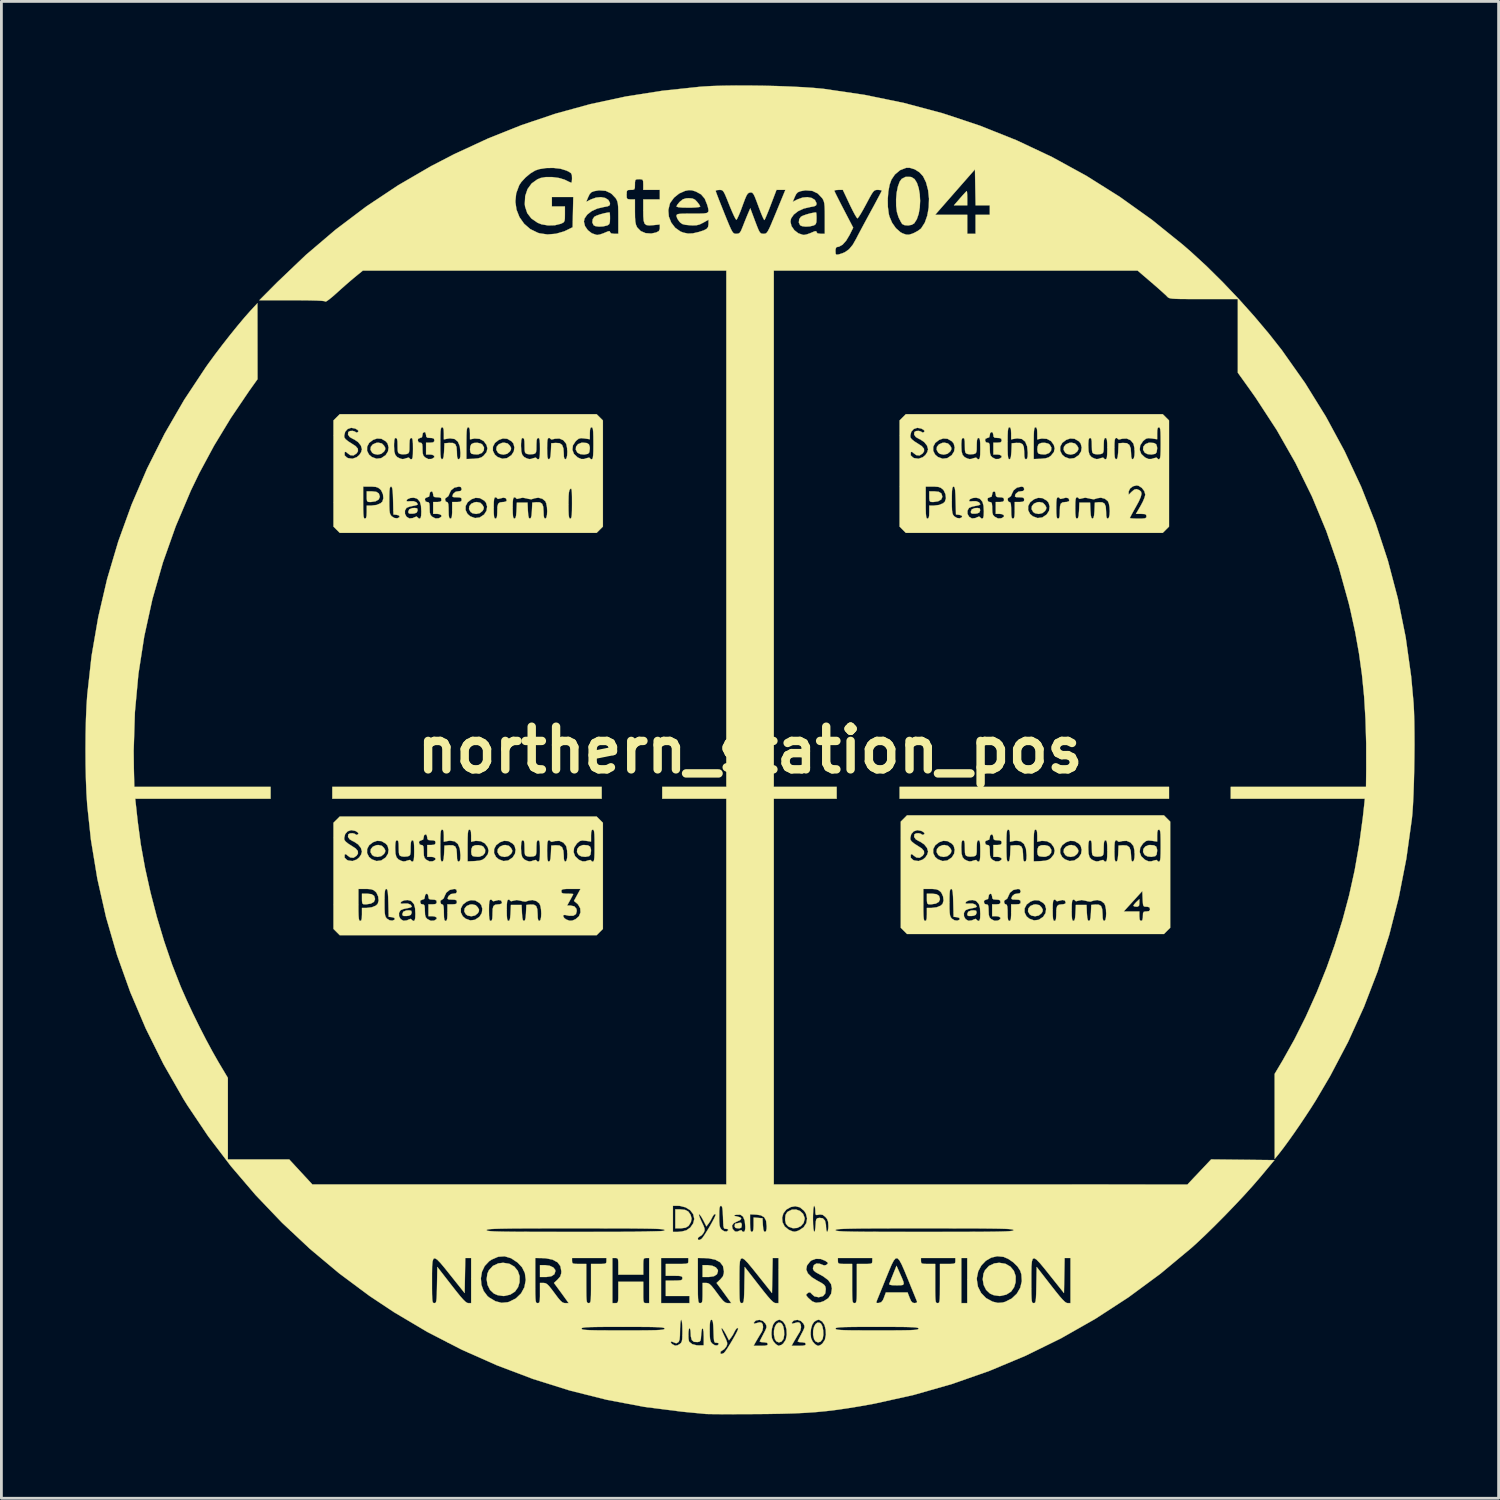
<source format=kicad_pcb>
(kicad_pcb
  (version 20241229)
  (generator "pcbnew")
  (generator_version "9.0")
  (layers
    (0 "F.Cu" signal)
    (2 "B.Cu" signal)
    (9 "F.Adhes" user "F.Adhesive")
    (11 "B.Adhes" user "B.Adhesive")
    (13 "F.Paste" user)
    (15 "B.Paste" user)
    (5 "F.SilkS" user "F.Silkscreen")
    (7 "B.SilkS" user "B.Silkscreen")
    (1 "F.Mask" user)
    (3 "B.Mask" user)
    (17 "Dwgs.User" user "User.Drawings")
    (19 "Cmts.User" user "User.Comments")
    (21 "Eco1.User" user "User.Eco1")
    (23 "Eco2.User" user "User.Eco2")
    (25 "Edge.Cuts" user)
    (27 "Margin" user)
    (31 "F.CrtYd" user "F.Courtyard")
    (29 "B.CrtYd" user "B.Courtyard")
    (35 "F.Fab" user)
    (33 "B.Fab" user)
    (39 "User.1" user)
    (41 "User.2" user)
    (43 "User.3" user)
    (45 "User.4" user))
  (footprint "northern_station_pos"
    (layer "F.Cu")
    (at 23.749 23.749)
    (property "Reference" "northern_station_pos" (at 0 0 0) (layer "F.SilkS") (effects (font (size 1.524 1.524) (thickness 0.3))))
    (attr through_hole)
    (fp_poly (pts (xy -5.301 1.739) (xy -14.926 1.739) (xy -14.926 1.315) (xy -5.301 1.315) (xy -5.301 1.739)) (stroke (width 0.01) (type solid)) (fill yes) (layer "F.SilkS"))
    (fp_poly (pts (xy 14.969 1.739) (xy 5.343 1.739) (xy 5.343 1.315) (xy 14.969 1.315) (xy 14.969 1.739)) (stroke (width 0.01) (type solid)) (fill yes) (layer "F.SilkS"))
    (fp_poly (pts (xy 7.752 -19.934) (xy 7.758 -19.834) (xy 7.76 -19.718) (xy 7.76 -19.463) (xy 7.285 -19.463) (xy 7.506 -19.718) (xy 7.611 -19.837) (xy 7.693 -19.926) (xy 7.739 -19.97) (xy 7.743 -19.972) (xy 7.752 -19.934)) (stroke (width 0.01) (type solid)) (fill yes) (layer "F.SilkS"))
    (fp_poly (pts (xy 13.909 5.463) (xy 13.899 5.557) (xy 13.855 5.593) (xy 13.803 5.597) (xy 13.723 5.585) (xy 13.696 5.562) (xy 13.725 5.512) (xy 13.793 5.437) (xy 13.803 5.428) (xy 13.909 5.328) (xy 13.909 5.463)) (stroke (width 0.01) (type solid)) (fill yes) (layer "F.SilkS"))
    (fp_poly (pts (xy -7.158 18.426) (xy -7.031 18.485) (xy -6.962 18.572) (xy -6.954 18.615) (xy -6.991 18.729) (xy -7.099 18.8) (xy -7.276 18.827) (xy -7.297 18.827) (xy -7.506 18.827) (xy -7.506 18.403) (xy -7.324 18.403) (xy -7.158 18.426)) (stroke (width 0.01) (type solid)) (fill yes) (layer "F.SilkS"))
    (fp_poly (pts (xy -1.348 18.426) (xy -1.221 18.485) (xy -1.152 18.572) (xy -1.145 18.615) (xy -1.182 18.729) (xy -1.29 18.8) (xy -1.467 18.827) (xy -1.487 18.827) (xy -1.696 18.827) (xy -1.696 18.403) (xy -1.515 18.403) (xy -1.348 18.426)) (stroke (width 0.01) (type solid)) (fill yes) (layer "F.SilkS"))
    (fp_poly (pts (xy -12.107 5.739) (xy -12.09 5.798) (xy -12.093 5.82) (xy -12.12 5.887) (xy -12.192 5.919) (xy -12.265 5.929) (xy -12.371 5.93) (xy -12.416 5.905) (xy -12.424 5.859) (xy -12.389 5.775) (xy -12.283 5.731) (xy -12.185 5.725) (xy -12.107 5.739)) (stroke (width 0.01) (type solid)) (fill yes) (layer "F.SilkS"))
    (fp_poly (pts (xy -11.895 -8.636) (xy -11.878 -8.576) (xy -11.881 -8.555) (xy -11.908 -8.488) (xy -11.98 -8.456) (xy -12.053 -8.446) (xy -12.159 -8.445) (xy -12.204 -8.47) (xy -12.212 -8.516) (xy -12.177 -8.6) (xy -12.071 -8.644) (xy -11.973 -8.65) (xy -11.895 -8.636)) (stroke (width 0.01) (type solid)) (fill yes) (layer "F.SilkS"))
    (fp_poly (pts (xy 8.077 5.739) (xy 8.094 5.798) (xy 8.092 5.82) (xy 8.064 5.887) (xy 7.992 5.919) (xy 7.919 5.929) (xy 7.813 5.93) (xy 7.768 5.905) (xy 7.76 5.859) (xy 7.795 5.775) (xy 7.901 5.731) (xy 8 5.725) (xy 8.077 5.739)) (stroke (width 0.01) (type solid)) (fill yes) (layer "F.SilkS"))
    (fp_poly (pts (xy 8.204 -8.636) (xy 8.221 -8.576) (xy 8.219 -8.555) (xy 8.192 -8.488) (xy 8.119 -8.456) (xy 8.046 -8.446) (xy 7.941 -8.445) (xy 7.895 -8.47) (xy 7.887 -8.516) (xy 7.922 -8.6) (xy 8.028 -8.644) (xy 8.127 -8.65) (xy 8.204 -8.636)) (stroke (width 0.01) (type solid)) (fill yes) (layer "F.SilkS"))
    (fp_poly (pts (xy -0.298 16.936) (xy -0.297 16.978) (xy -0.31 17.057) (xy -0.365 17.086) (xy -0.424 17.089) (xy -0.517 17.075) (xy -0.55 17.026) (xy -0.551 17.004) (xy -0.538 16.935) (xy -0.519 16.919) (xy -0.457 16.908) (xy -0.392 16.892) (xy -0.322 16.887) (xy -0.298 16.936)) (stroke (width 0.01) (type solid)) (fill yes) (layer "F.SilkS"))
    (fp_poly (pts (xy -13.524 5.149) (xy -13.432 5.208) (xy -13.4 5.315) (xy -13.4 5.331) (xy -13.438 5.423) (xy -13.547 5.486) (xy -13.713 5.512) (xy -13.742 5.513) (xy -13.818 5.507) (xy -13.854 5.474) (xy -13.865 5.392) (xy -13.866 5.322) (xy -13.866 5.131) (xy -13.684 5.131) (xy -13.524 5.149)) (stroke (width 0.01) (type solid)) (fill yes) (layer "F.SilkS"))
    (fp_poly (pts (xy -13.354 -9.226) (xy -13.263 -9.167) (xy -13.23 -9.06) (xy -13.23 -9.044) (xy -13.269 -8.952) (xy -13.377 -8.889) (xy -13.544 -8.863) (xy -13.572 -8.862) (xy -13.649 -8.868) (xy -13.685 -8.901) (xy -13.696 -8.983) (xy -13.696 -9.053) (xy -13.696 -9.244) (xy -13.514 -9.244) (xy -13.354 -9.226)) (stroke (width 0.01) (type solid)) (fill yes) (layer "F.SilkS"))
    (fp_poly (pts (xy -13.154 -10.954) (xy -13.078 -10.877) (xy -13.033 -10.794) (xy -13.04 -10.728) (xy -13.078 -10.665) (xy -13.175 -10.585) (xy -13.307 -10.556) (xy -13.438 -10.581) (xy -13.503 -10.625) (xy -13.562 -10.73) (xy -13.549 -10.836) (xy -13.477 -10.923) (xy -13.355 -10.976) (xy -13.281 -10.983) (xy -13.154 -10.954)) (stroke (width 0.01) (type solid)) (fill yes) (layer "F.SilkS"))
    (fp_poly (pts (xy -13.154 3.421) (xy -13.078 3.498) (xy -13.033 3.581) (xy -13.04 3.647) (xy -13.078 3.71) (xy -13.175 3.79) (xy -13.307 3.819) (xy -13.438 3.794) (xy -13.503 3.75) (xy -13.562 3.645) (xy -13.549 3.539) (xy -13.477 3.452) (xy -13.355 3.399) (xy -13.281 3.392) (xy -13.154 3.421)) (stroke (width 0.01) (type solid)) (fill yes) (layer "F.SilkS"))
    (fp_poly (pts (xy -9.804 5.541) (xy -9.728 5.619) (xy -9.683 5.702) (xy -9.69 5.767) (xy -9.728 5.831) (xy -9.825 5.91) (xy -9.957 5.939) (xy -10.088 5.914) (xy -10.153 5.87) (xy -10.212 5.765) (xy -10.199 5.66) (xy -10.127 5.572) (xy -10.005 5.52) (xy -9.931 5.513) (xy -9.804 5.541)) (stroke (width 0.01) (type solid)) (fill yes) (layer "F.SilkS"))
    (fp_poly (pts (xy -9.635 -8.834) (xy -9.558 -8.756) (xy -9.513 -8.673) (xy -9.521 -8.608) (xy -9.558 -8.544) (xy -9.655 -8.465) (xy -9.787 -8.436) (xy -9.918 -8.461) (xy -9.983 -8.505) (xy -10.042 -8.61) (xy -10.03 -8.715) (xy -9.957 -8.803) (xy -9.835 -8.855) (xy -9.761 -8.862) (xy -9.635 -8.834)) (stroke (width 0.01) (type solid)) (fill yes) (layer "F.SilkS"))
    (fp_poly (pts (xy -8.659 -10.954) (xy -8.583 -10.877) (xy -8.538 -10.794) (xy -8.545 -10.728) (xy -8.583 -10.665) (xy -8.68 -10.585) (xy -8.812 -10.556) (xy -8.943 -10.581) (xy -9.008 -10.625) (xy -9.067 -10.73) (xy -9.055 -10.836) (xy -8.982 -10.923) (xy -8.86 -10.976) (xy -8.786 -10.983) (xy -8.659 -10.954)) (stroke (width 0.01) (type solid)) (fill yes) (layer "F.SilkS"))
    (fp_poly (pts (xy -8.617 3.421) (xy -8.541 3.498) (xy -8.496 3.581) (xy -8.503 3.647) (xy -8.541 3.71) (xy -8.638 3.79) (xy -8.77 3.819) (xy -8.901 3.794) (xy -8.965 3.75) (xy -9.025 3.645) (xy -9.012 3.539) (xy -8.939 3.452) (xy -8.818 3.399) (xy -8.743 3.392) (xy -8.617 3.421)) (stroke (width 0.01) (type solid)) (fill yes) (layer "F.SilkS"))
    (fp_poly (pts (xy -5.836 -10.97) (xy -5.757 -10.924) (xy -5.727 -10.83) (xy -5.725 -10.771) (xy -5.743 -10.639) (xy -5.792 -10.584) (xy -5.928 -10.559) (xy -6.067 -10.574) (xy -6.167 -10.625) (xy -6.227 -10.732) (xy -6.217 -10.841) (xy -6.147 -10.93) (xy -6.028 -10.979) (xy -5.979 -10.983) (xy -5.836 -10.97)) (stroke (width 0.01) (type solid)) (fill yes) (layer "F.SilkS"))
    (fp_poly (pts (xy -5.793 3.404) (xy -5.715 3.45) (xy -5.685 3.545) (xy -5.682 3.604) (xy -5.701 3.736) (xy -5.749 3.791) (xy -5.886 3.816) (xy -6.025 3.801) (xy -6.124 3.75) (xy -6.185 3.643) (xy -6.174 3.534) (xy -6.104 3.445) (xy -5.985 3.396) (xy -5.937 3.392) (xy -5.793 3.404)) (stroke (width 0.01) (type solid)) (fill yes) (layer "F.SilkS"))
    (fp_poly (pts (xy -2.324 16.428) (xy -2.208 16.487) (xy -2.13 16.599) (xy -2.121 16.621) (xy -2.089 16.739) (xy -2.11 16.852) (xy -2.121 16.878) (xy -2.195 17) (xy -2.304 17.066) (xy -2.469 17.088) (xy -2.499 17.089) (xy -2.671 17.089) (xy -2.671 16.41) (xy -2.499 16.41) (xy -2.324 16.428)) (stroke (width 0.01) (type solid)) (fill yes) (layer "F.SilkS"))
    (fp_poly (pts (xy 6.66 5.149) (xy 6.752 5.208) (xy 6.784 5.315) (xy 6.785 5.331) (xy 6.746 5.423) (xy 6.637 5.486) (xy 6.471 5.512) (xy 6.443 5.513) (xy 6.366 5.507) (xy 6.33 5.474) (xy 6.319 5.392) (xy 6.318 5.322) (xy 6.318 5.131) (xy 6.501 5.131) (xy 6.66 5.149)) (stroke (width 0.01) (type solid)) (fill yes) (layer "F.SilkS"))
    (fp_poly (pts (xy 6.745 -9.226) (xy 6.837 -9.167) (xy 6.869 -9.06) (xy 6.869 -9.044) (xy 6.831 -8.952) (xy 6.722 -8.889) (xy 6.556 -8.863) (xy 6.527 -8.862) (xy 6.451 -8.868) (xy 6.415 -8.901) (xy 6.404 -8.983) (xy 6.403 -9.053) (xy 6.403 -9.244) (xy 6.585 -9.244) (xy 6.745 -9.226)) (stroke (width 0.01) (type solid)) (fill yes) (layer "F.SilkS"))
    (fp_poly (pts (xy 7.072 -10.954) (xy 7.149 -10.877) (xy 7.194 -10.794) (xy 7.187 -10.728) (xy 7.149 -10.665) (xy 7.052 -10.585) (xy 6.92 -10.556) (xy 6.789 -10.581) (xy 6.724 -10.625) (xy 6.665 -10.73) (xy 6.677 -10.836) (xy 6.75 -10.923) (xy 6.872 -10.976) (xy 6.946 -10.983) (xy 7.072 -10.954)) (stroke (width 0.01) (type solid)) (fill yes) (layer "F.SilkS"))
    (fp_poly (pts (xy 7.072 3.421) (xy 7.149 3.498) (xy 7.194 3.581) (xy 7.187 3.647) (xy 7.149 3.71) (xy 7.052 3.79) (xy 6.92 3.819) (xy 6.789 3.794) (xy 6.724 3.75) (xy 6.665 3.645) (xy 6.677 3.539) (xy 6.75 3.452) (xy 6.872 3.399) (xy 6.946 3.392) (xy 7.072 3.421)) (stroke (width 0.01) (type solid)) (fill yes) (layer "F.SilkS"))
    (fp_poly (pts (xy 10.338 5.541) (xy 10.414 5.619) (xy 10.459 5.702) (xy 10.452 5.767) (xy 10.414 5.831) (xy 10.317 5.91) (xy 10.185 5.939) (xy 10.054 5.914) (xy 9.989 5.87) (xy 9.93 5.765) (xy 9.942 5.66) (xy 10.015 5.572) (xy 10.137 5.52) (xy 10.211 5.513) (xy 10.338 5.541)) (stroke (width 0.01) (type solid)) (fill yes) (layer "F.SilkS"))
    (fp_poly (pts (xy 10.465 -8.834) (xy 10.541 -8.756) (xy 10.586 -8.673) (xy 10.579 -8.608) (xy 10.541 -8.544) (xy 10.444 -8.465) (xy 10.312 -8.436) (xy 10.181 -8.461) (xy 10.116 -8.505) (xy 10.057 -8.61) (xy 10.07 -8.715) (xy 10.142 -8.803) (xy 10.264 -8.855) (xy 10.338 -8.862) (xy 10.465 -8.834)) (stroke (width 0.01) (type solid)) (fill yes) (layer "F.SilkS"))
    (fp_poly (pts (xy 11.61 -10.954) (xy 11.686 -10.877) (xy 11.731 -10.794) (xy 11.724 -10.728) (xy 11.686 -10.665) (xy 11.589 -10.585) (xy 11.457 -10.556) (xy 11.326 -10.581) (xy 11.261 -10.625) (xy 11.202 -10.73) (xy 11.215 -10.836) (xy 11.287 -10.923) (xy 11.409 -10.976) (xy 11.483 -10.983) (xy 11.61 -10.954)) (stroke (width 0.01) (type solid)) (fill yes) (layer "F.SilkS"))
    (fp_poly (pts (xy 11.61 3.421) (xy 11.686 3.498) (xy 11.731 3.581) (xy 11.724 3.647) (xy 11.686 3.71) (xy 11.589 3.79) (xy 11.457 3.819) (xy 11.326 3.794) (xy 11.261 3.75) (xy 11.202 3.645) (xy 11.215 3.539) (xy 11.287 3.452) (xy 11.409 3.399) (xy 11.483 3.392) (xy 11.61 3.421)) (stroke (width 0.01) (type solid)) (fill yes) (layer "F.SilkS"))
    (fp_poly (pts (xy 14.433 -10.97) (xy 14.512 -10.924) (xy 14.542 -10.83) (xy 14.545 -10.771) (xy 14.526 -10.639) (xy 14.477 -10.584) (xy 14.341 -10.559) (xy 14.202 -10.574) (xy 14.102 -10.625) (xy 14.042 -10.732) (xy 14.052 -10.841) (xy 14.123 -10.93) (xy 14.241 -10.979) (xy 14.29 -10.983) (xy 14.433 -10.97)) (stroke (width 0.01) (type solid)) (fill yes) (layer "F.SilkS"))
    (fp_poly (pts (xy 14.433 3.404) (xy 14.512 3.45) (xy 14.542 3.545) (xy 14.545 3.604) (xy 14.526 3.736) (xy 14.477 3.791) (xy 14.341 3.816) (xy 14.202 3.801) (xy 14.102 3.75) (xy 14.042 3.643) (xy 14.052 3.534) (xy 14.123 3.445) (xy 14.241 3.396) (xy 14.29 3.392) (xy 14.433 3.404)) (stroke (width 0.01) (type solid)) (fill yes) (layer "F.SilkS"))
    (fp_poly (pts (xy -9.619 -10.951) (xy -9.565 -10.916) (xy -9.504 -10.809) (xy -9.514 -10.702) (xy -9.584 -10.614) (xy -9.704 -10.566) (xy -9.767 -10.562) (xy -9.878 -10.571) (xy -9.954 -10.587) (xy -9.992 -10.641) (xy -10.006 -10.741) (xy -9.995 -10.849) (xy -9.959 -10.929) (xy -9.956 -10.932) (xy -9.865 -10.973) (xy -9.739 -10.979) (xy -9.619 -10.951)) (stroke (width 0.01) (type solid)) (fill yes) (layer "F.SilkS"))
    (fp_poly (pts (xy -9.577 3.424) (xy -9.523 3.459) (xy -9.461 3.566) (xy -9.471 3.673) (xy -9.542 3.761) (xy -9.662 3.809) (xy -9.724 3.813) (xy -9.836 3.804) (xy -9.912 3.788) (xy -9.95 3.734) (xy -9.963 3.634) (xy -9.953 3.526) (xy -9.917 3.446) (xy -9.914 3.443) (xy -9.823 3.402) (xy -9.697 3.396) (xy -9.577 3.424)) (stroke (width 0.01) (type solid)) (fill yes) (layer "F.SilkS"))
    (fp_poly (pts (xy 1.092 20.464) (xy 1.136 20.496) (xy 1.185 20.59) (xy 1.214 20.733) (xy 1.22 20.889) (xy 1.198 21.026) (xy 1.192 21.043) (xy 1.123 21.136) (xy 1.029 21.165) (xy 0.94 21.127) (xy 0.889 21.051) (xy 0.854 20.898) (xy 0.854 20.747) (xy 0.885 20.613) (xy 0.94 20.511) (xy 1.011 20.456) (xy 1.092 20.464)) (stroke (width 0.01) (type solid)) (fill yes) (layer "F.SilkS"))
    (fp_poly (pts (xy 2.492 20.464) (xy 2.535 20.496) (xy 2.584 20.59) (xy 2.613 20.733) (xy 2.619 20.889) (xy 2.597 21.026) (xy 2.591 21.043) (xy 2.522 21.136) (xy 2.429 21.165) (xy 2.339 21.127) (xy 2.289 21.051) (xy 2.253 20.898) (xy 2.254 20.747) (xy 2.285 20.613) (xy 2.339 20.511) (xy 2.41 20.456) (xy 2.492 20.464)) (stroke (width 0.01) (type solid)) (fill yes) (layer "F.SilkS"))
    (fp_poly (pts (xy 10.65 -10.951) (xy 10.704 -10.916) (xy 10.766 -10.809) (xy 10.756 -10.702) (xy 10.685 -10.614) (xy 10.565 -10.566) (xy 10.503 -10.562) (xy 10.391 -10.571) (xy 10.315 -10.587) (xy 10.277 -10.641) (xy 10.263 -10.741) (xy 10.274 -10.849) (xy 10.31 -10.929) (xy 10.313 -10.932) (xy 10.404 -10.973) (xy 10.53 -10.979) (xy 10.65 -10.951)) (stroke (width 0.01) (type solid)) (fill yes) (layer "F.SilkS"))
    (fp_poly (pts (xy 10.65 3.424) (xy 10.704 3.459) (xy 10.766 3.566) (xy 10.756 3.673) (xy 10.685 3.761) (xy 10.565 3.809) (xy 10.503 3.813) (xy 10.391 3.804) (xy 10.315 3.788) (xy 10.277 3.734) (xy 10.263 3.634) (xy 10.274 3.526) (xy 10.31 3.446) (xy 10.313 3.443) (xy 10.404 3.402) (xy 10.53 3.396) (xy 10.65 3.424)) (stroke (width 0.01) (type solid)) (fill yes) (layer "F.SilkS"))
    (fp_poly (pts (xy 5.346 18.68) (xy 5.431 18.872) (xy 5.481 18.999) (xy 5.491 19.074) (xy 5.459 19.111) (xy 5.381 19.123) (xy 5.254 19.124) (xy 5.235 19.124) (xy 5.077 19.12) (xy 4.993 19.105) (xy 4.971 19.077) (xy 4.973 19.071) (xy 4.999 19.008) (xy 5.046 18.89) (xy 5.106 18.741) (xy 5.113 18.722) (xy 5.233 18.426) (xy 5.346 18.68)) (stroke (width 0.01) (type solid)) (fill yes) (layer "F.SilkS"))
    (fp_poly (pts (xy 1.787 16.47) (xy 1.894 16.57) (xy 1.948 16.709) (xy 1.951 16.75) (xy 1.914 16.897) (xy 1.818 17.008) (xy 1.684 17.074) (xy 1.533 17.085) (xy 1.386 17.033) (xy 1.352 17.009) (xy 1.282 16.925) (xy 1.255 16.806) (xy 1.253 16.75) (xy 1.268 16.611) (xy 1.322 16.518) (xy 1.352 16.491) (xy 1.495 16.421) (xy 1.647 16.417) (xy 1.787 16.47)) (stroke (width 0.01) (type solid)) (fill yes) (layer "F.SilkS"))
    (fp_poly (pts (xy -5.01 -19.171) (xy -5.005 -19.073) (xy -5.004 -18.996) (xy -5.009 -18.866) (xy -5.031 -18.794) (xy -5.082 -18.754) (xy -5.112 -18.742) (xy -5.247 -18.71) (xy -5.394 -18.702) (xy -5.521 -18.718) (xy -5.589 -18.751) (xy -5.636 -18.851) (xy -5.621 -18.968) (xy -5.563 -19.054) (xy -5.488 -19.093) (xy -5.362 -19.138) (xy -5.216 -19.178) (xy -5.083 -19.204) (xy -5.019 -19.209) (xy -5.01 -19.171)) (stroke (width 0.01) (type solid)) (fill yes) (layer "F.SilkS"))
    (fp_poly (pts (xy 2.368 -19.171) (xy 2.374 -19.073) (xy 2.375 -18.996) (xy 2.37 -18.866) (xy 2.347 -18.794) (xy 2.296 -18.754) (xy 2.266 -18.742) (xy 2.132 -18.71) (xy 1.985 -18.702) (xy 1.858 -18.718) (xy 1.789 -18.751) (xy 1.742 -18.851) (xy 1.757 -18.968) (xy 1.816 -19.054) (xy 1.89 -19.093) (xy 2.016 -19.138) (xy 2.162 -19.178) (xy 2.296 -19.204) (xy 2.359 -19.209) (xy 2.368 -19.171)) (stroke (width 0.01) (type solid)) (fill yes) (layer "F.SilkS"))
    (fp_poly (pts (xy -8.6 18.355) (xy -8.424 18.455) (xy -8.299 18.607) (xy -8.234 18.797) (xy -8.236 19.014) (xy -8.287 19.188) (xy -8.397 19.347) (xy -8.565 19.455) (xy -8.772 19.504) (xy -8.82 19.506) (xy -9.014 19.478) (xy -9.151 19.42) (xy -9.29 19.289) (xy -9.379 19.111) (xy -9.412 18.909) (xy -9.385 18.708) (xy -9.331 18.586) (xy -9.189 18.431) (xy -8.997 18.341) (xy -8.82 18.319) (xy -8.6 18.355)) (stroke (width 0.01) (type solid)) (fill yes) (layer "F.SilkS"))
    (fp_poly (pts (xy -2.057 -19.707) (xy -1.966 -19.664) (xy -1.891 -19.587) (xy -1.821 -19.496) (xy -1.783 -19.428) (xy -1.781 -19.418) (xy -1.82 -19.401) (xy -1.927 -19.388) (xy -2.082 -19.38) (xy -2.205 -19.379) (xy -2.422 -19.383) (xy -2.564 -19.396) (xy -2.626 -19.418) (xy -2.629 -19.424) (xy -2.601 -19.481) (xy -2.532 -19.566) (xy -2.505 -19.594) (xy -2.4 -19.678) (xy -2.285 -19.713) (xy -2.191 -19.718) (xy -2.057 -19.707)) (stroke (width 0.01) (type solid)) (fill yes) (layer "F.SilkS"))
    (fp_poly (pts (xy 9.125 18.355) (xy 9.301 18.455) (xy 9.426 18.607) (xy 9.491 18.797) (xy 9.488 19.014) (xy 9.437 19.188) (xy 9.328 19.347) (xy 9.16 19.455) (xy 8.952 19.504) (xy 8.905 19.506) (xy 8.711 19.478) (xy 8.574 19.42) (xy 8.435 19.289) (xy 8.346 19.111) (xy 8.313 18.909) (xy 8.34 18.708) (xy 8.394 18.586) (xy 8.536 18.431) (xy 8.728 18.341) (xy 8.905 18.319) (xy 9.125 18.355)) (stroke (width 0.01) (type solid)) (fill yes) (layer "F.SilkS"))
    (fp_poly (pts (xy 5.736 -20.478) (xy 5.772 -20.469) (xy 5.879 -20.4) (xy 5.963 -20.264) (xy 6.025 -20.079) (xy 6.063 -19.86) (xy 6.076 -19.623) (xy 6.064 -19.384) (xy 6.025 -19.159) (xy 5.958 -18.965) (xy 5.865 -18.819) (xy 5.775 -18.766) (xy 5.649 -18.744) (xy 5.524 -18.753) (xy 5.437 -18.795) (xy 5.434 -18.798) (xy 5.39 -18.868) (xy 5.331 -18.983) (xy 5.303 -19.042) (xy 5.248 -19.222) (xy 5.22 -19.442) (xy 5.218 -19.682) (xy 5.239 -19.92) (xy 5.283 -20.136) (xy 5.346 -20.309) (xy 5.417 -20.407) (xy 5.558 -20.48) (xy 5.736 -20.478)) (stroke (width 0.01) (type solid)) (fill yes) (layer "F.SilkS"))
    (fp_poly (pts (xy -5.37 -11.889) (xy -5.258 -11.777) (xy -5.258 -7.984) (xy -5.37 -7.872) (xy -5.482 -7.76) (xy -14.66 -7.76) (xy -14.772 -7.872) (xy -14.884 -7.984) (xy -14.884 -9.414) (xy -13.824 -9.414) (xy -13.824 -8.841) (xy -13.822 -8.607) (xy -13.817 -8.445) (xy -13.808 -8.343) (xy -13.791 -8.288) (xy -13.767 -8.269) (xy -13.76 -8.269) (xy -13.722 -8.29) (xy -13.702 -8.363) (xy -13.696 -8.502) (xy -13.696 -8.735) (xy -13.524 -8.735) (xy -13.342 -8.758) (xy -13.2 -8.818) (xy -13.135 -8.879) (xy -13.122 -8.926) (xy -12.891 -8.926) (xy -12.889 -8.712) (xy -12.883 -8.565) (xy -12.87 -8.468) (xy -12.846 -8.405) (xy -12.81 -8.358) (xy -12.803 -8.351) (xy -12.71 -8.293) (xy -12.61 -8.28) (xy -12.536 -8.313) (xy -12.521 -8.34) (xy -12.544 -8.381) (xy -12.623 -8.404) (xy -12.742 -8.417) (xy -12.746 -8.556) (xy -12.331 -8.556) (xy -12.329 -8.438) (xy -12.273 -8.335) (xy -12.171 -8.275) (xy -12.05 -8.289) (xy -11.989 -8.317) (xy -11.914 -8.345) (xy -11.882 -8.317) (xy -11.832 -8.273) (xy -11.806 -8.269) (xy -11.771 -8.292) (xy -11.752 -8.37) (xy -11.746 -8.518) (xy -11.746 -8.526) (xy -11.757 -8.729) (xy -11.795 -8.867) (xy -11.859 -8.947) (xy -11.619 -8.947) (xy -11.589 -8.876) (xy -11.534 -8.862) (xy -11.485 -8.852) (xy -11.459 -8.808) (xy -11.45 -8.71) (xy -11.449 -8.632) (xy -11.443 -8.487) (xy -11.417 -8.4) (xy -11.365 -8.342) (xy -11.355 -8.335) (xy -11.242 -8.276) (xy -11.135 -8.28) (xy -11.092 -8.295) (xy -11.026 -8.342) (xy -11.032 -8.394) (xy -11.101 -8.43) (xy -11.173 -8.438) (xy -11.322 -8.438) (xy -11.322 -8.862) (xy -11.173 -8.862) (xy -11.071 -8.872) (xy -11.03 -8.909) (xy -11.025 -8.947) (xy -10.898 -8.947) (xy -10.871 -8.878) (xy -10.834 -8.862) (xy -10.8 -8.845) (xy -10.78 -8.782) (xy -10.772 -8.659) (xy -10.771 -8.566) (xy -10.767 -8.404) (xy -10.753 -8.312) (xy -10.727 -8.273) (xy -10.707 -8.269) (xy -10.672 -8.286) (xy -10.653 -8.349) (xy -10.644 -8.473) (xy -10.643 -8.566) (xy -10.643 -8.573) (xy -10.164 -8.573) (xy -10.095 -8.436) (xy -9.996 -8.351) (xy -9.827 -8.289) (xy -9.66 -8.31) (xy -9.504 -8.413) (xy -9.501 -8.417) (xy -9.417 -8.549) (xy -9.401 -8.65) (xy -9.159 -8.65) (xy -9.157 -8.464) (xy -9.148 -8.348) (xy -9.13 -8.288) (xy -9.1 -8.269) (xy -9.096 -8.269) (xy -9.06 -8.287) (xy -9.04 -8.354) (xy -9.032 -8.484) (xy -9.032 -8.54) (xy -9.028 -8.65) (xy -8.481 -8.65) (xy -8.478 -8.463) (xy -8.469 -8.346) (xy -8.45 -8.286) (xy -8.42 -8.269) (xy -8.419 -8.269) (xy -8.383 -8.291) (xy -8.361 -8.368) (xy -8.347 -8.512) (xy -8.345 -8.555) (xy -8.332 -8.841) (xy -7.951 -8.841) (xy -7.938 -8.555) (xy -7.926 -8.392) (xy -7.905 -8.301) (xy -7.871 -8.269) (xy -7.866 -8.269) (xy -7.831 -8.294) (xy -7.808 -8.377) (xy -7.795 -8.53) (xy -7.794 -8.555) (xy -7.781 -8.841) (xy -7.641 -8.855) (xy -7.511 -8.851) (xy -7.431 -8.802) (xy -7.39 -8.695) (xy -7.378 -8.518) (xy -7.378 -8.518) (xy -7.373 -8.372) (xy -7.355 -8.294) (xy -7.32 -8.269) (xy -7.315 -8.269) (xy -7.277 -8.306) (xy -7.255 -8.403) (xy -7.248 -8.535) (xy -7.256 -8.677) (xy -7.273 -8.772) (xy -6.488 -8.772) (xy -6.486 -8.554) (xy -6.48 -8.408) (xy -6.468 -8.32) (xy -6.449 -8.278) (xy -6.424 -8.269) (xy -6.398 -8.281) (xy -6.38 -8.326) (xy -6.368 -8.416) (xy -6.363 -8.564) (xy -6.361 -8.783) (xy -6.361 -8.825) (xy -6.362 -9.051) (xy -6.366 -9.204) (xy -6.374 -9.295) (xy -6.388 -9.336) (xy -6.41 -9.339) (xy -6.424 -9.329) (xy -6.453 -9.287) (xy -6.472 -9.207) (xy -6.483 -9.076) (xy -6.487 -8.88) (xy -6.488 -8.772) (xy -7.273 -8.772) (xy -7.278 -8.804) (xy -7.315 -8.892) (xy -7.422 -8.979) (xy -7.564 -9.017) (xy -7.703 -8.996) (xy -7.721 -8.988) (xy -7.815 -8.959) (xy -7.93 -8.976) (xy -7.967 -8.988) (xy -8.122 -9.017) (xy -8.237 -8.994) (xy -8.326 -8.972) (xy -8.354 -8.991) (xy -8.388 -9.027) (xy -8.417 -9.032) (xy -8.448 -9.017) (xy -8.468 -8.963) (xy -8.478 -8.855) (xy -8.481 -8.678) (xy -8.481 -8.65) (xy -9.028 -8.65) (xy -9.026 -8.704) (xy -8.999 -8.801) (xy -8.938 -8.848) (xy -8.832 -8.862) (xy -8.795 -8.862) (xy -8.712 -8.886) (xy -8.693 -8.927) (xy -8.725 -8.999) (xy -8.815 -9.018) (xy -8.919 -8.992) (xy -9.007 -8.971) (xy -9.032 -8.991) (xy -9.066 -9.027) (xy -9.096 -9.032) (xy -9.127 -9.017) (xy -9.146 -8.963) (xy -9.156 -8.855) (xy -9.159 -8.678) (xy -9.159 -8.65) (xy -9.401 -8.65) (xy -9.394 -8.699) (xy -9.433 -8.837) (xy -9.495 -8.911) (xy -9.652 -9.002) (xy -9.809 -9.012) (xy -9.951 -8.962) (xy -10.09 -8.855) (xy -10.162 -8.719) (xy -10.164 -8.573) (xy -10.643 -8.573) (xy -10.643 -8.862) (xy -10.474 -8.862) (xy -10.363 -8.87) (xy -10.314 -8.898) (xy -10.304 -8.947) (xy -10.318 -9.003) (xy -10.376 -9.027) (xy -10.474 -9.032) (xy -10.59 -9.036) (xy -10.635 -9.059) (xy -10.624 -9.114) (xy -10.6 -9.162) (xy -10.517 -9.23) (xy -10.43 -9.244) (xy -10.337 -9.258) (xy -10.305 -9.308) (xy -10.304 -9.329) (xy -10.332 -9.397) (xy -10.4 -9.413) (xy -10.564 -9.377) (xy -10.685 -9.279) (xy -10.737 -9.17) (xy -10.779 -9.075) (xy -10.831 -9.032) (xy -10.835 -9.032) (xy -10.886 -8.997) (xy -10.898 -8.947) (xy -11.025 -8.947) (xy -11.042 -9.006) (xy -11.106 -9.029) (xy -11.173 -9.032) (xy -11.274 -9.04) (xy -11.315 -9.076) (xy -11.322 -9.138) (xy -11.344 -9.223) (xy -11.385 -9.244) (xy -11.437 -9.207) (xy -11.449 -9.138) (xy -11.469 -9.055) (xy -11.534 -9.032) (xy -11.605 -9.002) (xy -11.619 -8.947) (xy -11.859 -8.947) (xy -11.867 -8.958) (xy -11.919 -8.992) (xy -12.023 -9.017) (xy -12.141 -9.006) (xy -12.237 -8.966) (xy -12.27 -8.927) (xy -12.266 -8.89) (xy -12.203 -8.885) (xy -12.147 -8.892) (xy -12.02 -8.891) (xy -11.921 -8.853) (xy -11.874 -8.788) (xy -11.873 -8.778) (xy -11.911 -8.753) (xy -12.005 -8.73) (xy -12.044 -8.723) (xy -12.17 -8.696) (xy -12.264 -8.658) (xy -12.278 -8.649) (xy -12.331 -8.556) (xy -12.746 -8.556) (xy -12.754 -8.915) (xy -12.761 -9.134) (xy -12.772 -9.28) (xy -12.787 -9.367) (xy -12.809 -9.407) (xy -12.829 -9.414) (xy -12.856 -9.4) (xy -12.874 -9.349) (xy -12.885 -9.249) (xy -12.89 -9.087) (xy -12.891 -8.926) (xy -13.122 -8.926) (xy -13.101 -8.997) (xy -13.116 -9.14) (xy -13.176 -9.272) (xy -13.207 -9.31) (xy -13.282 -9.37) (xy -13.371 -9.402) (xy -13.504 -9.413) (xy -13.567 -9.414) (xy -13.824 -9.414) (xy -14.884 -9.414) (xy -14.884 -11.236) (xy -14.501 -11.236) (xy -14.495 -11.168) (xy -14.452 -11.108) (xy -14.356 -11.029) (xy -14.248 -10.961) (xy -14.091 -10.859) (xy -14.013 -10.767) (xy -14.009 -10.677) (xy -14.06 -10.598) (xy -14.169 -10.526) (xy -14.286 -10.537) (xy -14.376 -10.602) (xy -14.44 -10.656) (xy -14.475 -10.648) (xy -14.486 -10.625) (xy -14.485 -10.528) (xy -14.402 -10.45) (xy -14.36 -10.43) (xy -14.205 -10.409) (xy -14.053 -10.464) (xy -13.962 -10.541) (xy -13.895 -10.645) (xy -13.881 -10.694) (xy -13.684 -10.694) (xy -13.615 -10.557) (xy -13.515 -10.471) (xy -13.346 -10.409) (xy -13.179 -10.43) (xy -13.024 -10.534) (xy -13.02 -10.537) (xy -12.936 -10.67) (xy -12.914 -10.819) (xy -12.926 -10.862) (xy -12.721 -10.862) (xy -12.712 -10.673) (xy -12.676 -10.548) (xy -12.607 -10.468) (xy -12.509 -10.419) (xy -12.429 -10.396) (xy -12.36 -10.402) (xy -12.279 -10.43) (xy -12.193 -10.45) (xy -12.17 -10.43) (xy -12.136 -10.394) (xy -12.106 -10.389) (xy -12.075 -10.404) (xy -12.056 -10.458) (xy -12.046 -10.566) (xy -12.043 -10.743) (xy -12.043 -10.771) (xy -12.045 -10.957) (xy -12.054 -11.067) (xy -11.873 -11.067) (xy -11.843 -10.997) (xy -11.788 -10.983) (xy -11.739 -10.972) (xy -11.714 -10.928) (xy -11.704 -10.83) (xy -11.704 -10.752) (xy -11.697 -10.608) (xy -11.672 -10.52) (xy -11.619 -10.462) (xy -11.609 -10.455) (xy -11.496 -10.397) (xy -11.389 -10.4) (xy -11.347 -10.415) (xy -11.28 -10.463) (xy -11.287 -10.514) (xy -11.355 -10.551) (xy -11.428 -10.559) (xy -11.576 -10.559) (xy -11.576 -10.961) (xy -11.067 -10.961) (xy -11.066 -10.726) (xy -11.061 -10.563) (xy -11.051 -10.46) (xy -11.034 -10.407) (xy -11.01 -10.389) (xy -11.006 -10.389) (xy -10.97 -10.411) (xy -10.947 -10.488) (xy -10.934 -10.632) (xy -10.932 -10.675) (xy -10.919 -10.961) (xy -10.757 -10.975) (xy -10.618 -10.972) (xy -10.532 -10.928) (xy -10.488 -10.828) (xy -10.474 -10.66) (xy -10.474 -10.638) (xy -10.469 -10.492) (xy -10.451 -10.415) (xy -10.416 -10.389) (xy -10.41 -10.389) (xy -10.372 -10.41) (xy -10.352 -10.484) (xy -10.347 -10.62) (xy -10.37 -10.855) (xy -10.416 -10.965) (xy -10.135 -10.965) (xy -10.135 -10.397) (xy -9.879 -10.407) (xy -9.712 -10.423) (xy -9.6 -10.458) (xy -9.52 -10.516) (xy -9.413 -10.647) (xy -9.403 -10.694) (xy -9.189 -10.694) (xy -9.12 -10.557) (xy -9.02 -10.471) (xy -8.851 -10.409) (xy -8.684 -10.43) (xy -8.529 -10.534) (xy -8.525 -10.537) (xy -8.441 -10.67) (xy -8.419 -10.819) (xy -8.431 -10.862) (xy -8.184 -10.862) (xy -8.174 -10.673) (xy -8.139 -10.548) (xy -8.069 -10.468) (xy -7.972 -10.419) (xy -7.892 -10.396) (xy -7.822 -10.402) (xy -7.741 -10.43) (xy -7.655 -10.45) (xy -7.633 -10.43) (xy -7.598 -10.394) (xy -7.569 -10.389) (xy -7.538 -10.404) (xy -7.519 -10.458) (xy -7.509 -10.566) (xy -7.506 -10.743) (xy -7.506 -10.771) (xy -7.251 -10.771) (xy -7.248 -10.583) (xy -7.239 -10.467) (xy -7.22 -10.407) (xy -7.191 -10.389) (xy -7.189 -10.389) (xy -7.154 -10.411) (xy -7.131 -10.488) (xy -7.117 -10.632) (xy -7.115 -10.675) (xy -7.103 -10.961) (xy -6.949 -10.974) (xy -6.807 -10.965) (xy -6.716 -10.903) (xy -6.669 -10.779) (xy -6.657 -10.619) (xy -6.652 -10.48) (xy -6.631 -10.408) (xy -6.594 -10.389) (xy -6.557 -10.427) (xy -6.535 -10.523) (xy -6.528 -10.654) (xy -6.533 -10.729) (xy -6.349 -10.729) (xy -6.293 -10.581) (xy -6.165 -10.461) (xy -6.144 -10.448) (xy -6.032 -10.399) (xy -5.932 -10.399) (xy -5.833 -10.43) (xy -5.747 -10.45) (xy -5.725 -10.43) (xy -5.69 -10.394) (xy -5.661 -10.389) (xy -5.635 -10.401) (xy -5.617 -10.446) (xy -5.606 -10.535) (xy -5.599 -10.681) (xy -5.597 -10.897) (xy -5.597 -10.961) (xy -5.599 -11.196) (xy -5.604 -11.358) (xy -5.614 -11.46) (xy -5.63 -11.514) (xy -5.654 -11.533) (xy -5.661 -11.534) (xy -5.701 -11.511) (xy -5.72 -11.434) (xy -5.725 -11.319) (xy -5.725 -11.105) (xy -5.914 -11.133) (xy -6.039 -11.145) (xy -6.123 -11.124) (xy -6.207 -11.057) (xy -6.232 -11.033) (xy -6.329 -10.886) (xy -6.349 -10.729) (xy -6.533 -10.729) (xy -6.538 -10.794) (xy -6.563 -10.918) (xy -6.578 -10.957) (xy -6.673 -11.071) (xy -6.813 -11.131) (xy -6.971 -11.124) (xy -6.995 -11.117) (xy -7.088 -11.095) (xy -7.124 -11.112) (xy -7.124 -11.112) (xy -7.158 -11.148) (xy -7.187 -11.152) (xy -7.219 -11.137) (xy -7.238 -11.083) (xy -7.248 -10.975) (xy -7.251 -10.798) (xy -7.251 -10.771) (xy -7.506 -10.771) (xy -7.508 -10.957) (xy -7.517 -11.073) (xy -7.535 -11.133) (xy -7.564 -11.152) (xy -7.569 -11.152) (xy -7.605 -11.134) (xy -7.625 -11.068) (xy -7.632 -10.939) (xy -7.633 -10.877) (xy -7.635 -10.728) (xy -7.647 -10.643) (xy -7.677 -10.6) (xy -7.731 -10.578) (xy -7.739 -10.576) (xy -7.867 -10.565) (xy -7.951 -10.576) (xy -8.008 -10.597) (xy -8.04 -10.636) (xy -8.054 -10.716) (xy -8.057 -10.857) (xy -8.057 -10.877) (xy -8.061 -11.032) (xy -8.076 -11.117) (xy -8.106 -11.15) (xy -8.12 -11.152) (xy -8.155 -11.135) (xy -8.175 -11.071) (xy -8.183 -10.946) (xy -8.184 -10.862) (xy -8.431 -10.862) (xy -8.458 -10.957) (xy -8.52 -11.031) (xy -8.676 -11.122) (xy -8.833 -11.132) (xy -8.975 -11.082) (xy -9.115 -10.975) (xy -9.187 -10.839) (xy -9.189 -10.694) (xy -9.403 -10.694) (xy -9.384 -10.778) (xy -9.416 -10.903) (xy -9.515 -11.039) (xy -9.663 -11.119) (xy -9.839 -11.131) (xy -9.86 -11.128) (xy -10.007 -11.1) (xy -10.007 -11.317) (xy -10.014 -11.452) (xy -10.037 -11.519) (xy -10.071 -11.534) (xy -10.097 -11.522) (xy -10.115 -11.477) (xy -10.126 -11.388) (xy -10.132 -11.241) (xy -10.134 -11.025) (xy -10.135 -10.965) (xy -10.416 -10.965) (xy -10.44 -11.02) (xy -10.556 -11.114) (xy -10.72 -11.137) (xy -10.796 -11.127) (xy -10.94 -11.1) (xy -10.94 -11.317) (xy -10.947 -11.452) (xy -10.969 -11.519) (xy -11.004 -11.534) (xy -11.03 -11.522) (xy -11.048 -11.477) (xy -11.059 -11.388) (xy -11.065 -11.242) (xy -11.067 -11.026) (xy -11.067 -10.961) (xy -11.576 -10.961) (xy -11.576 -10.983) (xy -11.428 -10.983) (xy -11.326 -10.992) (xy -11.284 -11.029) (xy -11.279 -11.067) (xy -11.296 -11.126) (xy -11.361 -11.149) (xy -11.428 -11.152) (xy -11.528 -11.16) (xy -11.569 -11.196) (xy -11.576 -11.258) (xy -11.598 -11.344) (xy -11.64 -11.364) (xy -11.691 -11.327) (xy -11.704 -11.258) (xy -11.723 -11.175) (xy -11.788 -11.152) (xy -11.859 -11.122) (xy -11.873 -11.067) (xy -12.054 -11.067) (xy -12.054 -11.073) (xy -12.072 -11.133) (xy -12.102 -11.152) (xy -12.106 -11.152) (xy -12.142 -11.134) (xy -12.162 -11.068) (xy -12.169 -10.939) (xy -12.17 -10.877) (xy -12.172 -10.728) (xy -12.185 -10.643) (xy -12.214 -10.6) (xy -12.268 -10.578) (xy -12.276 -10.576) (xy -12.404 -10.565) (xy -12.488 -10.576) (xy -12.545 -10.597) (xy -12.577 -10.636) (xy -12.591 -10.716) (xy -12.594 -10.857) (xy -12.594 -10.877) (xy -12.598 -11.032) (xy -12.614 -11.117) (xy -12.643 -11.15) (xy -12.658 -11.152) (xy -12.692 -11.135) (xy -12.712 -11.071) (xy -12.72 -10.946) (xy -12.721 -10.862) (xy -12.926 -10.862) (xy -12.953 -10.957) (xy -13.015 -11.031) (xy -13.171 -11.122) (xy -13.328 -11.132) (xy -13.47 -11.082) (xy -13.61 -10.975) (xy -13.682 -10.839) (xy -13.684 -10.694) (xy -13.881 -10.694) (xy -13.866 -10.745) (xy -13.866 -10.746) (xy -13.904 -10.878) (xy -14.004 -11.004) (xy -14.146 -11.1) (xy -14.185 -11.116) (xy -14.304 -11.184) (xy -14.365 -11.271) (xy -14.356 -11.36) (xy -14.354 -11.364) (xy -14.292 -11.399) (xy -14.197 -11.404) (xy -14.116 -11.38) (xy -14.099 -11.364) (xy -14.05 -11.341) (xy -14.002 -11.372) (xy -13.993 -11.402) (xy -14.028 -11.442) (xy -14.106 -11.487) (xy -14.251 -11.514) (xy -14.377 -11.472) (xy -14.466 -11.374) (xy -14.501 -11.236) (xy -14.884 -11.236) (xy -14.884 -11.777) (xy -14.772 -11.889) (xy -14.66 -12) (xy -5.482 -12) (xy -5.37 -11.889)) (stroke (width 0.01) (type solid)) (fill yes) (layer "F.SilkS"))
    (fp_poly (pts (xy 15.011 2.556) (xy 15.011 6.349) (xy 14.899 6.461) (xy 14.787 6.573) (xy 5.609 6.573) (xy 5.497 6.461) (xy 5.385 6.349) (xy 5.385 4.961) (xy 6.191 4.961) (xy 6.191 5.534) (xy 6.192 5.768) (xy 6.197 5.93) (xy 6.207 6.032) (xy 6.223 6.087) (xy 6.247 6.106) (xy 6.255 6.106) (xy 6.293 6.085) (xy 6.313 6.012) (xy 6.318 5.873) (xy 6.318 5.64) (xy 6.491 5.64) (xy 6.672 5.617) (xy 6.815 5.557) (xy 6.879 5.496) (xy 6.893 5.449) (xy 7.124 5.449) (xy 7.125 5.663) (xy 7.132 5.81) (xy 7.145 5.906) (xy 7.169 5.97) (xy 7.205 6.017) (xy 7.211 6.024) (xy 7.305 6.082) (xy 7.405 6.095) (xy 7.479 6.062) (xy 7.494 6.035) (xy 7.47 5.994) (xy 7.391 5.971) (xy 7.272 5.958) (xy 7.269 5.819) (xy 7.641 5.819) (xy 7.643 5.937) (xy 7.699 6.04) (xy 7.801 6.1) (xy 7.923 6.086) (xy 7.983 6.058) (xy 8.058 6.03) (xy 8.09 6.058) (xy 8.141 6.102) (xy 8.166 6.106) (xy 8.202 6.083) (xy 8.221 6.005) (xy 8.226 5.857) (xy 8.226 5.849) (xy 8.215 5.646) (xy 8.177 5.508) (xy 8.113 5.428) (xy 8.354 5.428) (xy 8.384 5.499) (xy 8.438 5.513) (xy 8.488 5.523) (xy 8.513 5.567) (xy 8.522 5.665) (xy 8.523 5.743) (xy 8.53 5.888) (xy 8.555 5.975) (xy 8.607 6.033) (xy 8.617 6.04) (xy 8.731 6.099) (xy 8.837 6.095) (xy 8.88 6.08) (xy 8.946 6.033) (xy 8.94 5.981) (xy 8.871 5.945) (xy 8.799 5.937) (xy 8.65 5.937) (xy 8.65 5.513) (xy 8.799 5.513) (xy 8.901 5.503) (xy 8.942 5.466) (xy 8.947 5.428) (xy 9.074 5.428) (xy 9.101 5.497) (xy 9.138 5.513) (xy 9.173 5.53) (xy 9.192 5.593) (xy 9.201 5.716) (xy 9.202 5.809) (xy 9.205 5.971) (xy 9.219 6.063) (xy 9.245 6.102) (xy 9.265 6.106) (xy 9.3 6.089) (xy 9.32 6.026) (xy 9.328 5.902) (xy 9.329 5.809) (xy 9.329 5.802) (xy 9.808 5.802) (xy 9.877 5.939) (xy 9.977 6.024) (xy 10.146 6.086) (xy 10.313 6.065) (xy 10.468 5.962) (xy 10.472 5.958) (xy 10.556 5.826) (xy 10.571 5.725) (xy 10.813 5.725) (xy 10.816 5.911) (xy 10.825 6.027) (xy 10.843 6.087) (xy 10.872 6.106) (xy 10.877 6.106) (xy 10.913 6.088) (xy 10.932 6.021) (xy 10.94 5.891) (xy 10.94 5.835) (xy 10.944 5.725) (xy 11.491 5.725) (xy 11.494 5.912) (xy 11.504 6.029) (xy 11.522 6.089) (xy 11.552 6.106) (xy 11.553 6.106) (xy 11.589 6.084) (xy 11.612 6.007) (xy 11.625 5.863) (xy 11.627 5.82) (xy 11.64 5.534) (xy 12.022 5.534) (xy 12.034 5.82) (xy 12.046 5.983) (xy 12.068 6.074) (xy 12.101 6.106) (xy 12.106 6.106) (xy 12.142 6.081) (xy 12.164 5.998) (xy 12.177 5.845) (xy 12.179 5.82) (xy 12.191 5.534) (xy 12.332 5.52) (xy 12.461 5.524) (xy 12.541 5.573) (xy 12.582 5.68) (xy 12.594 5.857) (xy 12.594 5.857) (xy 12.599 6.003) (xy 12.617 6.081) (xy 12.652 6.106) (xy 12.658 6.106) (xy 12.695 6.069) (xy 12.717 5.972) (xy 12.724 5.84) (xy 12.72 5.767) (xy 13.351 5.767) (xy 13.909 5.767) (xy 13.909 5.937) (xy 13.919 6.054) (xy 13.954 6.103) (xy 13.972 6.106) (xy 14.016 6.078) (xy 14.035 5.985) (xy 14.036 5.937) (xy 14.041 5.828) (xy 14.068 5.779) (xy 14.136 5.767) (xy 14.163 5.767) (xy 14.256 5.754) (xy 14.289 5.704) (xy 14.29 5.682) (xy 14.27 5.62) (xy 14.194 5.598) (xy 14.165 5.597) (xy 14.098 5.594) (xy 14.059 5.571) (xy 14.04 5.51) (xy 14.031 5.392) (xy 14.027 5.317) (xy 14.015 5.037) (xy 13.683 5.402) (xy 13.351 5.767) (xy 12.72 5.767) (xy 12.717 5.698) (xy 12.694 5.571) (xy 12.658 5.483) (xy 12.551 5.396) (xy 12.408 5.358) (xy 12.269 5.379) (xy 12.251 5.387) (xy 12.158 5.416) (xy 12.042 5.399) (xy 12.005 5.387) (xy 11.85 5.358) (xy 11.735 5.381) (xy 11.646 5.403) (xy 11.619 5.384) (xy 11.584 5.348) (xy 11.555 5.343) (xy 11.524 5.358) (xy 11.505 5.412) (xy 11.495 5.52) (xy 11.492 5.697) (xy 11.491 5.725) (xy 10.944 5.725) (xy 10.946 5.671) (xy 10.973 5.574) (xy 11.034 5.527) (xy 11.141 5.513) (xy 11.177 5.513) (xy 11.26 5.489) (xy 11.279 5.448) (xy 11.247 5.376) (xy 11.158 5.357) (xy 11.054 5.383) (xy 10.966 5.404) (xy 10.94 5.384) (xy 10.906 5.348) (xy 10.877 5.343) (xy 10.846 5.358) (xy 10.826 5.412) (xy 10.816 5.52) (xy 10.813 5.697) (xy 10.813 5.725) (xy 10.571 5.725) (xy 10.578 5.676) (xy 10.539 5.538) (xy 10.477 5.464) (xy 10.321 5.373) (xy 10.164 5.363) (xy 10.022 5.413) (xy 9.882 5.52) (xy 9.81 5.656) (xy 9.808 5.802) (xy 9.329 5.802) (xy 9.329 5.513) (xy 9.498 5.513) (xy 9.609 5.505) (xy 9.659 5.477) (xy 9.668 5.428) (xy 9.654 5.372) (xy 9.596 5.348) (xy 9.498 5.343) (xy 9.382 5.339) (xy 9.337 5.316) (xy 9.348 5.261) (xy 9.373 5.213) (xy 9.455 5.145) (xy 9.542 5.131) (xy 9.635 5.117) (xy 9.667 5.067) (xy 9.668 5.046) (xy 9.641 4.977) (xy 9.573 4.962) (xy 9.409 4.998) (xy 9.287 5.096) (xy 9.235 5.205) (xy 9.194 5.3) (xy 9.141 5.343) (xy 9.137 5.343) (xy 9.086 5.378) (xy 9.074 5.428) (xy 8.947 5.428) (xy 8.931 5.369) (xy 8.866 5.346) (xy 8.799 5.343) (xy 8.698 5.335) (xy 8.657 5.299) (xy 8.65 5.237) (xy 8.628 5.152) (xy 8.587 5.131) (xy 8.536 5.168) (xy 8.523 5.237) (xy 8.503 5.32) (xy 8.438 5.343) (xy 8.368 5.373) (xy 8.354 5.428) (xy 8.113 5.428) (xy 8.105 5.417) (xy 8.053 5.383) (xy 7.949 5.358) (xy 7.831 5.369) (xy 7.736 5.409) (xy 7.702 5.448) (xy 7.706 5.485) (xy 7.769 5.49) (xy 7.826 5.483) (xy 7.952 5.484) (xy 8.052 5.522) (xy 8.098 5.587) (xy 8.099 5.597) (xy 8.062 5.622) (xy 7.968 5.645) (xy 7.928 5.652) (xy 7.803 5.679) (xy 7.708 5.717) (xy 7.695 5.726) (xy 7.641 5.819) (xy 7.269 5.819) (xy 7.26 5.46) (xy 7.253 5.241) (xy 7.243 5.095) (xy 7.228 5.008) (xy 7.206 4.968) (xy 7.186 4.961) (xy 7.159 4.975) (xy 7.14 5.026) (xy 7.13 5.126) (xy 7.125 5.288) (xy 7.124 5.449) (xy 6.893 5.449) (xy 6.914 5.378) (xy 6.898 5.235) (xy 6.839 5.103) (xy 6.808 5.065) (xy 6.733 5.005) (xy 6.644 4.973) (xy 6.511 4.962) (xy 6.447 4.961) (xy 6.191 4.961) (xy 5.385 4.961) (xy 5.385 3.139) (xy 5.725 3.139) (xy 5.732 3.207) (xy 5.775 3.267) (xy 5.871 3.346) (xy 5.979 3.414) (xy 6.136 3.516) (xy 6.214 3.608) (xy 6.218 3.698) (xy 6.167 3.777) (xy 6.058 3.849) (xy 5.941 3.838) (xy 5.851 3.773) (xy 5.786 3.719) (xy 5.752 3.727) (xy 5.741 3.75) (xy 5.742 3.847) (xy 5.825 3.925) (xy 5.867 3.945) (xy 6.021 3.966) (xy 6.174 3.911) (xy 6.265 3.834) (xy 6.332 3.73) (xy 6.346 3.681) (xy 6.543 3.681) (xy 6.612 3.818) (xy 6.712 3.904) (xy 6.88 3.966) (xy 7.047 3.945) (xy 7.203 3.841) (xy 7.207 3.838) (xy 7.29 3.705) (xy 7.313 3.556) (xy 7.301 3.513) (xy 7.548 3.513) (xy 7.558 3.702) (xy 7.593 3.827) (xy 7.663 3.907) (xy 7.76 3.956) (xy 7.84 3.979) (xy 7.909 3.973) (xy 7.99 3.945) (xy 8.077 3.925) (xy 8.099 3.945) (xy 8.134 3.981) (xy 8.163 3.986) (xy 8.194 3.971) (xy 8.213 3.917) (xy 8.223 3.809) (xy 8.226 3.632) (xy 8.226 3.604) (xy 8.224 3.418) (xy 8.215 3.308) (xy 8.396 3.308) (xy 8.426 3.378) (xy 8.481 3.392) (xy 8.53 3.403) (xy 8.556 3.447) (xy 8.565 3.545) (xy 8.566 3.623) (xy 8.572 3.767) (xy 8.597 3.855) (xy 8.65 3.913) (xy 8.66 3.92) (xy 8.773 3.978) (xy 8.88 3.975) (xy 8.923 3.96) (xy 8.989 3.912) (xy 8.982 3.861) (xy 8.914 3.824) (xy 8.841 3.816) (xy 8.693 3.816) (xy 8.693 3.414) (xy 9.159 3.414) (xy 9.161 3.649) (xy 9.166 3.812) (xy 9.176 3.915) (xy 9.193 3.968) (xy 9.217 3.986) (xy 9.221 3.986) (xy 9.257 3.964) (xy 9.28 3.887) (xy 9.293 3.743) (xy 9.295 3.7) (xy 9.308 3.414) (xy 9.47 3.4) (xy 9.609 3.403) (xy 9.695 3.447) (xy 9.739 3.547) (xy 9.753 3.715) (xy 9.753 3.737) (xy 9.758 3.883) (xy 9.776 3.96) (xy 9.811 3.986) (xy 9.817 3.986) (xy 9.855 3.965) (xy 9.875 3.891) (xy 9.88 3.755) (xy 9.857 3.52) (xy 9.81 3.41) (xy 10.135 3.41) (xy 10.135 3.978) (xy 10.39 3.967) (xy 10.557 3.952) (xy 10.669 3.917) (xy 10.75 3.859) (xy 10.856 3.727) (xy 10.866 3.681) (xy 11.08 3.681) (xy 11.149 3.818) (xy 11.249 3.904) (xy 11.418 3.966) (xy 11.585 3.945) (xy 11.74 3.841) (xy 11.744 3.838) (xy 11.828 3.705) (xy 11.85 3.556) (xy 11.838 3.513) (xy 12.085 3.513) (xy 12.095 3.702) (xy 12.13 3.827) (xy 12.2 3.907) (xy 12.297 3.956) (xy 12.377 3.979) (xy 12.447 3.973) (xy 12.528 3.945) (xy 12.614 3.925) (xy 12.636 3.945) (xy 12.671 3.981) (xy 12.7 3.986) (xy 12.731 3.971) (xy 12.75 3.917) (xy 12.76 3.809) (xy 12.764 3.632) (xy 12.764 3.604) (xy 13.018 3.604) (xy 13.021 3.792) (xy 13.03 3.908) (xy 13.049 3.968) (xy 13.078 3.986) (xy 13.08 3.986) (xy 13.115 3.964) (xy 13.138 3.887) (xy 13.152 3.743) (xy 13.154 3.7) (xy 13.166 3.414) (xy 13.32 3.401) (xy 13.462 3.41) (xy 13.553 3.472) (xy 13.6 3.596) (xy 13.612 3.756) (xy 13.618 3.895) (xy 13.638 3.967) (xy 13.675 3.986) (xy 13.712 3.948) (xy 13.734 3.852) (xy 13.741 3.721) (xy 13.736 3.646) (xy 13.921 3.646) (xy 13.976 3.793) (xy 14.104 3.914) (xy 14.125 3.927) (xy 14.237 3.976) (xy 14.337 3.976) (xy 14.436 3.945) (xy 14.522 3.925) (xy 14.545 3.945) (xy 14.579 3.981) (xy 14.608 3.986) (xy 14.634 3.974) (xy 14.652 3.929) (xy 14.664 3.84) (xy 14.67 3.694) (xy 14.672 3.478) (xy 14.672 3.414) (xy 14.67 3.179) (xy 14.666 3.017) (xy 14.656 2.915) (xy 14.639 2.861) (xy 14.615 2.842) (xy 14.608 2.841) (xy 14.568 2.864) (xy 14.549 2.941) (xy 14.545 3.056) (xy 14.545 3.27) (xy 14.355 3.242) (xy 14.23 3.23) (xy 14.146 3.251) (xy 14.062 3.318) (xy 14.037 3.342) (xy 13.94 3.489) (xy 13.921 3.646) (xy 13.736 3.646) (xy 13.732 3.581) (xy 13.706 3.457) (xy 13.691 3.418) (xy 13.596 3.304) (xy 13.457 3.244) (xy 13.299 3.251) (xy 13.274 3.258) (xy 13.181 3.28) (xy 13.145 3.263) (xy 13.145 3.263) (xy 13.111 3.227) (xy 13.082 3.223) (xy 13.051 3.238) (xy 13.031 3.292) (xy 13.021 3.4) (xy 13.018 3.577) (xy 13.018 3.604) (xy 12.764 3.604) (xy 12.761 3.418) (xy 12.752 3.302) (xy 12.734 3.242) (xy 12.705 3.223) (xy 12.7 3.223) (xy 12.664 3.241) (xy 12.644 3.307) (xy 12.637 3.436) (xy 12.636 3.498) (xy 12.634 3.647) (xy 12.622 3.732) (xy 12.592 3.775) (xy 12.538 3.797) (xy 12.53 3.799) (xy 12.402 3.81) (xy 12.318 3.799) (xy 12.261 3.778) (xy 12.229 3.739) (xy 12.216 3.659) (xy 12.212 3.518) (xy 12.212 3.498) (xy 12.208 3.343) (xy 12.193 3.257) (xy 12.163 3.225) (xy 12.149 3.223) (xy 12.114 3.24) (xy 12.094 3.304) (xy 12.086 3.429) (xy 12.085 3.513) (xy 11.838 3.513) (xy 11.811 3.418) (xy 11.749 3.344) (xy 11.593 3.253) (xy 11.436 3.243) (xy 11.294 3.293) (xy 11.154 3.4) (xy 11.082 3.536) (xy 11.08 3.681) (xy 10.866 3.681) (xy 10.885 3.596) (xy 10.853 3.472) (xy 10.755 3.336) (xy 10.606 3.256) (xy 10.43 3.244) (xy 10.409 3.247) (xy 10.262 3.275) (xy 10.262 3.058) (xy 10.255 2.923) (xy 10.233 2.856) (xy 10.198 2.841) (xy 10.172 2.853) (xy 10.154 2.898) (xy 10.143 2.987) (xy 10.137 3.134) (xy 10.135 3.35) (xy 10.135 3.41) (xy 9.81 3.41) (xy 9.787 3.355) (xy 9.671 3.261) (xy 9.507 3.238) (xy 9.43 3.248) (xy 9.286 3.275) (xy 9.286 3.058) (xy 9.28 2.923) (xy 9.257 2.856) (xy 9.223 2.841) (xy 9.197 2.853) (xy 9.179 2.898) (xy 9.167 2.987) (xy 9.161 3.133) (xy 9.159 3.349) (xy 9.159 3.414) (xy 8.693 3.414) (xy 8.693 3.392) (xy 8.841 3.392) (xy 8.944 3.383) (xy 8.985 3.346) (xy 8.99 3.308) (xy 8.973 3.249) (xy 8.908 3.225) (xy 8.841 3.223) (xy 8.741 3.215) (xy 8.7 3.179) (xy 8.693 3.117) (xy 8.671 3.031) (xy 8.629 3.011) (xy 8.578 3.048) (xy 8.566 3.117) (xy 8.546 3.2) (xy 8.481 3.223) (xy 8.41 3.253) (xy 8.396 3.308) (xy 8.215 3.308) (xy 8.215 3.302) (xy 8.197 3.242) (xy 8.167 3.223) (xy 8.163 3.223) (xy 8.127 3.241) (xy 8.107 3.307) (xy 8.1 3.436) (xy 8.099 3.498) (xy 8.097 3.647) (xy 8.085 3.732) (xy 8.055 3.775) (xy 8.001 3.797) (xy 7.993 3.799) (xy 7.865 3.81) (xy 7.781 3.799) (xy 7.724 3.778) (xy 7.692 3.739) (xy 7.678 3.659) (xy 7.675 3.518) (xy 7.675 3.498) (xy 7.671 3.343) (xy 7.656 3.257) (xy 7.626 3.225) (xy 7.612 3.223) (xy 7.577 3.24) (xy 7.557 3.304) (xy 7.549 3.429) (xy 7.548 3.513) (xy 7.301 3.513) (xy 7.274 3.418) (xy 7.212 3.344) (xy 7.055 3.253) (xy 6.899 3.243) (xy 6.757 3.293) (xy 6.617 3.4) (xy 6.545 3.536) (xy 6.543 3.681) (xy 6.346 3.681) (xy 6.361 3.63) (xy 6.361 3.629) (xy 6.323 3.497) (xy 6.223 3.371) (xy 6.081 3.275) (xy 6.041 3.259) (xy 5.923 3.191) (xy 5.862 3.104) (xy 5.871 3.015) (xy 5.873 3.011) (xy 5.935 2.976) (xy 6.03 2.971) (xy 6.111 2.995) (xy 6.128 3.011) (xy 6.177 3.034) (xy 6.225 3.003) (xy 6.233 2.973) (xy 6.199 2.933) (xy 6.12 2.888) (xy 5.976 2.861) (xy 5.85 2.903) (xy 5.76 3.001) (xy 5.725 3.139) (xy 5.385 3.139) (xy 5.385 2.556) (xy 5.609 2.332) (xy 14.787 2.332) (xy 15.011 2.556)) (stroke (width 0.01) (type solid)) (fill yes) (layer "F.SilkS"))
    (fp_poly (pts (xy -5.258 2.598) (xy -5.258 6.391) (xy -5.37 6.503) (xy -5.482 6.615) (xy -14.66 6.615) (xy -14.772 6.503) (xy -14.884 6.391) (xy -14.884 4.961) (xy -13.993 4.961) (xy -13.993 5.534) (xy -13.992 5.768) (xy -13.987 5.93) (xy -13.977 6.032) (xy -13.961 6.087) (xy -13.937 6.106) (xy -13.93 6.106) (xy -13.891 6.085) (xy -13.872 6.012) (xy -13.866 5.873) (xy -13.866 5.64) (xy -13.694 5.64) (xy -13.512 5.617) (xy -13.369 5.557) (xy -13.305 5.496) (xy -13.291 5.449) (xy -13.06 5.449) (xy -13.059 5.663) (xy -13.053 5.81) (xy -13.039 5.906) (xy -13.016 5.97) (xy -12.98 6.017) (xy -12.973 6.024) (xy -12.879 6.082) (xy -12.78 6.095) (xy -12.706 6.062) (xy -12.69 6.035) (xy -12.714 5.994) (xy -12.793 5.971) (xy -12.912 5.958) (xy -12.915 5.819) (xy -12.543 5.819) (xy -12.541 5.937) (xy -12.485 6.04) (xy -12.383 6.1) (xy -12.262 6.086) (xy -12.201 6.058) (xy -12.126 6.03) (xy -12.094 6.058) (xy -12.044 6.102) (xy -12.018 6.106) (xy -11.983 6.083) (xy -11.964 6.005) (xy -11.958 5.857) (xy -11.958 5.849) (xy -11.969 5.646) (xy -12.007 5.508) (xy -12.071 5.428) (xy -11.788 5.428) (xy -11.758 5.499) (xy -11.704 5.513) (xy -11.654 5.523) (xy -11.629 5.567) (xy -11.62 5.665) (xy -11.619 5.743) (xy -11.612 5.888) (xy -11.587 5.975) (xy -11.535 6.033) (xy -11.524 6.04) (xy -11.411 6.099) (xy -11.304 6.095) (xy -11.262 6.08) (xy -11.196 6.033) (xy -11.202 5.981) (xy -11.271 5.945) (xy -11.343 5.937) (xy -11.491 5.937) (xy -11.491 5.513) (xy -11.343 5.513) (xy -11.241 5.503) (xy -11.2 5.466) (xy -11.195 5.428) (xy -11.067 5.428) (xy -11.041 5.497) (xy -11.004 5.513) (xy -10.969 5.53) (xy -10.95 5.593) (xy -10.941 5.716) (xy -10.94 5.809) (xy -10.936 5.971) (xy -10.923 6.063) (xy -10.897 6.102) (xy -10.877 6.106) (xy -10.842 6.089) (xy -10.822 6.026) (xy -10.814 5.902) (xy -10.813 5.809) (xy -10.813 5.802) (xy -10.334 5.802) (xy -10.265 5.939) (xy -10.165 6.024) (xy -9.996 6.086) (xy -9.829 6.065) (xy -9.674 5.962) (xy -9.67 5.958) (xy -9.586 5.826) (xy -9.571 5.725) (xy -9.329 5.725) (xy -9.326 5.911) (xy -9.317 6.027) (xy -9.299 6.087) (xy -9.27 6.106) (xy -9.265 6.106) (xy -9.229 6.088) (xy -9.21 6.021) (xy -9.202 5.891) (xy -9.202 5.835) (xy -9.197 5.725) (xy -8.693 5.725) (xy -8.69 5.912) (xy -8.681 6.029) (xy -8.662 6.089) (xy -8.632 6.106) (xy -8.631 6.106) (xy -8.595 6.084) (xy -8.573 6.007) (xy -8.559 5.863) (xy -8.557 5.82) (xy -8.544 5.534) (xy -8.163 5.534) (xy -8.15 5.82) (xy -8.138 5.983) (xy -8.117 6.074) (xy -8.083 6.106) (xy -8.078 6.106) (xy -8.043 6.081) (xy -8.02 5.998) (xy -8.007 5.845) (xy -8.006 5.82) (xy -7.993 5.534) (xy -7.853 5.52) (xy -7.723 5.524) (xy -7.643 5.573) (xy -7.602 5.68) (xy -7.59 5.857) (xy -7.59 5.857) (xy -7.585 6.003) (xy -7.567 6.081) (xy -7.532 6.106) (xy -7.527 6.106) (xy -7.489 6.069) (xy -7.467 5.972) (xy -7.46 5.84) (xy -7.468 5.698) (xy -7.49 5.571) (xy -7.527 5.483) (xy -7.634 5.396) (xy -7.776 5.358) (xy -7.915 5.379) (xy -7.933 5.387) (xy -8.027 5.416) (xy -8.142 5.399) (xy -8.179 5.387) (xy -8.334 5.358) (xy -8.449 5.381) (xy -8.538 5.403) (xy -8.566 5.384) (xy -8.6 5.348) (xy -8.629 5.343) (xy -8.66 5.358) (xy -8.68 5.412) (xy -8.69 5.52) (xy -8.693 5.697) (xy -8.693 5.725) (xy -9.197 5.725) (xy -9.195 5.671) (xy -9.168 5.574) (xy -9.108 5.527) (xy -9.001 5.513) (xy -8.965 5.513) (xy -8.882 5.489) (xy -8.862 5.448) (xy -8.895 5.376) (xy -8.984 5.357) (xy -9.088 5.383) (xy -9.176 5.404) (xy -9.202 5.384) (xy -9.236 5.348) (xy -9.265 5.343) (xy -9.296 5.358) (xy -9.316 5.412) (xy -9.326 5.52) (xy -9.329 5.697) (xy -9.329 5.725) (xy -9.571 5.725) (xy -9.564 5.676) (xy -9.603 5.538) (xy -9.665 5.464) (xy -9.821 5.373) (xy -9.978 5.363) (xy -10.12 5.413) (xy -10.26 5.52) (xy -10.332 5.656) (xy -10.334 5.802) (xy -10.813 5.802) (xy -10.813 5.513) (xy -10.643 5.513) (xy -10.532 5.505) (xy -10.483 5.477) (xy -10.474 5.428) (xy -10.488 5.372) (xy -10.546 5.348) (xy -10.643 5.343) (xy -10.759 5.339) (xy -10.805 5.316) (xy -10.794 5.261) (xy -10.769 5.213) (xy -10.687 5.145) (xy -10.6 5.131) (xy -10.507 5.117) (xy -10.475 5.067) (xy -10.474 5.046) (xy -6.742 5.046) (xy -6.731 5.097) (xy -6.684 5.122) (xy -6.579 5.131) (xy -6.53 5.131) (xy -6.409 5.134) (xy -6.332 5.141) (xy -6.318 5.147) (xy -6.337 5.189) (xy -6.386 5.282) (xy -6.428 5.359) (xy -6.537 5.555) (xy -6.415 5.555) (xy -6.279 5.584) (xy -6.204 5.669) (xy -6.191 5.749) (xy -6.221 5.861) (xy -6.311 5.918) (xy -6.464 5.921) (xy -6.615 5.89) (xy -6.67 5.896) (xy -6.675 5.942) (xy -6.637 6.003) (xy -6.573 6.051) (xy -6.455 6.097) (xy -6.354 6.094) (xy -6.232 6.042) (xy -6.114 5.939) (xy -6.058 5.801) (xy -6.068 5.653) (xy -6.145 5.517) (xy -6.18 5.483) (xy -6.292 5.39) (xy -6.175 5.176) (xy -6.058 4.961) (xy -6.4 4.961) (xy -6.57 4.963) (xy -6.672 4.971) (xy -6.723 4.99) (xy -6.741 5.023) (xy -6.742 5.046) (xy -10.474 5.046) (xy -10.501 4.977) (xy -10.569 4.962) (xy -10.733 4.998) (xy -10.854 5.096) (xy -10.907 5.205) (xy -10.948 5.3) (xy -11.001 5.343) (xy -11.005 5.343) (xy -11.056 5.378) (xy -11.067 5.428) (xy -11.195 5.428) (xy -11.211 5.369) (xy -11.276 5.346) (xy -11.343 5.343) (xy -11.443 5.335) (xy -11.485 5.299) (xy -11.491 5.237) (xy -11.514 5.152) (xy -11.555 5.131) (xy -11.606 5.168) (xy -11.619 5.237) (xy -11.639 5.32) (xy -11.704 5.343) (xy -11.774 5.373) (xy -11.788 5.428) (xy -12.071 5.428) (xy -12.079 5.417) (xy -12.131 5.383) (xy -12.235 5.358) (xy -12.353 5.369) (xy -12.449 5.409) (xy -12.482 5.448) (xy -12.478 5.485) (xy -12.415 5.49) (xy -12.359 5.483) (xy -12.232 5.484) (xy -12.133 5.522) (xy -12.086 5.587) (xy -12.085 5.597) (xy -12.123 5.622) (xy -12.217 5.645) (xy -12.256 5.652) (xy -12.382 5.679) (xy -12.476 5.717) (xy -12.49 5.726) (xy -12.543 5.819) (xy -12.915 5.819) (xy -12.924 5.46) (xy -12.931 5.241) (xy -12.941 5.095) (xy -12.956 5.008) (xy -12.978 4.968) (xy -12.998 4.961) (xy -13.026 4.975) (xy -13.044 5.026) (xy -13.055 5.126) (xy -13.06 5.288) (xy -13.06 5.449) (xy -13.291 5.449) (xy -13.27 5.378) (xy -13.286 5.235) (xy -13.345 5.103) (xy -13.377 5.065) (xy -13.452 5.005) (xy -13.541 4.973) (xy -13.673 4.962) (xy -13.737 4.961) (xy -13.993 4.961) (xy -14.884 4.961) (xy -14.884 3.139) (xy -14.501 3.139) (xy -14.495 3.207) (xy -14.452 3.267) (xy -14.356 3.346) (xy -14.248 3.414) (xy -14.091 3.516) (xy -14.013 3.608) (xy -14.009 3.698) (xy -14.06 3.777) (xy -14.169 3.849) (xy -14.286 3.838) (xy -14.376 3.773) (xy -14.44 3.719) (xy -14.475 3.727) (xy -14.486 3.75) (xy -14.485 3.847) (xy -14.402 3.925) (xy -14.36 3.945) (xy -14.205 3.966) (xy -14.053 3.911) (xy -13.962 3.834) (xy -13.895 3.73) (xy -13.881 3.681) (xy -13.684 3.681) (xy -13.615 3.818) (xy -13.515 3.904) (xy -13.346 3.966) (xy -13.179 3.945) (xy -13.024 3.841) (xy -13.02 3.838) (xy -12.936 3.705) (xy -12.914 3.556) (xy -12.926 3.513) (xy -12.679 3.513) (xy -12.669 3.702) (xy -12.634 3.827) (xy -12.564 3.907) (xy -12.467 3.956) (xy -12.387 3.979) (xy -12.317 3.973) (xy -12.236 3.945) (xy -12.15 3.925) (xy -12.128 3.945) (xy -12.093 3.981) (xy -12.064 3.986) (xy -12.033 3.971) (xy -12.014 3.917) (xy -12.004 3.809) (xy -12 3.632) (xy -12 3.604) (xy -12.003 3.418) (xy -12.011 3.308) (xy -11.831 3.308) (xy -11.801 3.378) (xy -11.746 3.392) (xy -11.697 3.403) (xy -11.671 3.447) (xy -11.662 3.545) (xy -11.661 3.623) (xy -11.655 3.767) (xy -11.63 3.855) (xy -11.577 3.913) (xy -11.567 3.92) (xy -11.454 3.978) (xy -11.347 3.975) (xy -11.304 3.96) (xy -11.238 3.912) (xy -11.244 3.861) (xy -11.313 3.824) (xy -11.385 3.816) (xy -11.534 3.816) (xy -11.534 3.414) (xy -11.067 3.414) (xy -11.066 3.649) (xy -11.061 3.812) (xy -11.051 3.915) (xy -11.034 3.968) (xy -11.01 3.986) (xy -11.006 3.986) (xy -10.97 3.964) (xy -10.947 3.887) (xy -10.934 3.743) (xy -10.932 3.7) (xy -10.919 3.414) (xy -10.757 3.4) (xy -10.618 3.403) (xy -10.532 3.447) (xy -10.488 3.547) (xy -10.474 3.715) (xy -10.474 3.737) (xy -10.469 3.883) (xy -10.451 3.96) (xy -10.416 3.986) (xy -10.41 3.986) (xy -10.372 3.965) (xy -10.352 3.891) (xy -10.347 3.755) (xy -10.37 3.52) (xy -10.416 3.41) (xy -10.092 3.41) (xy -10.092 3.978) (xy -9.837 3.967) (xy -9.67 3.952) (xy -9.557 3.917) (xy -9.477 3.859) (xy -9.371 3.727) (xy -9.361 3.681) (xy -9.147 3.681) (xy -9.078 3.818) (xy -8.978 3.904) (xy -8.809 3.966) (xy -8.642 3.945) (xy -8.487 3.841) (xy -8.483 3.838) (xy -8.399 3.705) (xy -8.376 3.556) (xy -8.389 3.513) (xy -8.184 3.513) (xy -8.174 3.702) (xy -8.139 3.827) (xy -8.069 3.907) (xy -7.972 3.956) (xy -7.892 3.979) (xy -7.822 3.973) (xy -7.741 3.945) (xy -7.655 3.925) (xy -7.633 3.945) (xy -7.598 3.981) (xy -7.569 3.986) (xy -7.538 3.971) (xy -7.519 3.917) (xy -7.509 3.809) (xy -7.506 3.632) (xy -7.506 3.604) (xy -7.251 3.604) (xy -7.248 3.792) (xy -7.239 3.908) (xy -7.22 3.968) (xy -7.191 3.986) (xy -7.189 3.986) (xy -7.154 3.964) (xy -7.131 3.887) (xy -7.117 3.743) (xy -7.115 3.7) (xy -7.103 3.414) (xy -6.949 3.401) (xy -6.807 3.41) (xy -6.716 3.472) (xy -6.669 3.596) (xy -6.657 3.756) (xy -6.652 3.895) (xy -6.631 3.967) (xy -6.594 3.986) (xy -6.557 3.948) (xy -6.535 3.852) (xy -6.528 3.721) (xy -6.533 3.646) (xy -6.306 3.646) (xy -6.251 3.793) (xy -6.123 3.914) (xy -6.102 3.927) (xy -5.99 3.976) (xy -5.89 3.976) (xy -5.791 3.945) (xy -5.705 3.925) (xy -5.682 3.945) (xy -5.648 3.981) (xy -5.619 3.986) (xy -5.592 3.974) (xy -5.574 3.929) (xy -5.563 3.84) (xy -5.557 3.694) (xy -5.555 3.478) (xy -5.555 3.414) (xy -5.556 3.179) (xy -5.561 3.017) (xy -5.571 2.915) (xy -5.587 2.861) (xy -5.611 2.842) (xy -5.619 2.841) (xy -5.658 2.864) (xy -5.678 2.941) (xy -5.682 3.056) (xy -5.682 3.27) (xy -5.872 3.242) (xy -5.997 3.23) (xy -6.081 3.251) (xy -6.165 3.318) (xy -6.19 3.342) (xy -6.287 3.489) (xy -6.306 3.646) (xy -6.533 3.646) (xy -6.538 3.581) (xy -6.563 3.457) (xy -6.578 3.418) (xy -6.673 3.304) (xy -6.813 3.244) (xy -6.971 3.251) (xy -6.995 3.258) (xy -7.088 3.28) (xy -7.124 3.263) (xy -7.124 3.263) (xy -7.158 3.227) (xy -7.187 3.223) (xy -7.219 3.238) (xy -7.238 3.292) (xy -7.248 3.4) (xy -7.251 3.577) (xy -7.251 3.604) (xy -7.506 3.604) (xy -7.508 3.418) (xy -7.517 3.302) (xy -7.535 3.242) (xy -7.564 3.223) (xy -7.569 3.223) (xy -7.605 3.241) (xy -7.625 3.307) (xy -7.632 3.436) (xy -7.633 3.498) (xy -7.635 3.647) (xy -7.647 3.732) (xy -7.677 3.775) (xy -7.731 3.797) (xy -7.739 3.799) (xy -7.867 3.81) (xy -7.951 3.799) (xy -8.008 3.778) (xy -8.04 3.739) (xy -8.054 3.659) (xy -8.057 3.518) (xy -8.057 3.498) (xy -8.061 3.343) (xy -8.076 3.257) (xy -8.106 3.225) (xy -8.12 3.223) (xy -8.155 3.24) (xy -8.175 3.304) (xy -8.183 3.429) (xy -8.184 3.513) (xy -8.389 3.513) (xy -8.416 3.418) (xy -8.478 3.344) (xy -8.634 3.253) (xy -8.791 3.243) (xy -8.933 3.293) (xy -9.073 3.4) (xy -9.144 3.536) (xy -9.147 3.681) (xy -9.361 3.681) (xy -9.342 3.596) (xy -9.373 3.472) (xy -9.472 3.336) (xy -9.621 3.256) (xy -9.797 3.244) (xy -9.818 3.247) (xy -9.965 3.275) (xy -9.965 3.058) (xy -9.971 2.923) (xy -9.994 2.856) (xy -10.029 2.841) (xy -10.055 2.853) (xy -10.073 2.898) (xy -10.084 2.987) (xy -10.09 3.134) (xy -10.092 3.35) (xy -10.092 3.41) (xy -10.416 3.41) (xy -10.44 3.355) (xy -10.556 3.261) (xy -10.72 3.238) (xy -10.796 3.248) (xy -10.94 3.275) (xy -10.94 3.058) (xy -10.947 2.923) (xy -10.969 2.856) (xy -11.004 2.841) (xy -11.03 2.853) (xy -11.048 2.898) (xy -11.059 2.987) (xy -11.065 3.133) (xy -11.067 3.349) (xy -11.067 3.414) (xy -11.534 3.414) (xy -11.534 3.392) (xy -11.385 3.392) (xy -11.283 3.383) (xy -11.242 3.346) (xy -11.237 3.308) (xy -11.254 3.249) (xy -11.318 3.225) (xy -11.385 3.223) (xy -11.486 3.215) (xy -11.527 3.179) (xy -11.534 3.117) (xy -11.556 3.031) (xy -11.597 3.011) (xy -11.649 3.048) (xy -11.661 3.117) (xy -11.681 3.2) (xy -11.746 3.223) (xy -11.817 3.253) (xy -11.831 3.308) (xy -12.011 3.308) (xy -12.012 3.302) (xy -12.03 3.242) (xy -12.059 3.223) (xy -12.064 3.223) (xy -12.1 3.241) (xy -12.119 3.307) (xy -12.127 3.436) (xy -12.128 3.498) (xy -12.13 3.647) (xy -12.142 3.732) (xy -12.172 3.775) (xy -12.226 3.797) (xy -12.234 3.799) (xy -12.361 3.81) (xy -12.446 3.799) (xy -12.503 3.778) (xy -12.535 3.739) (xy -12.548 3.659) (xy -12.552 3.518) (xy -12.552 3.498) (xy -12.556 3.343) (xy -12.571 3.257) (xy -12.601 3.225) (xy -12.615 3.223) (xy -12.65 3.24) (xy -12.67 3.304) (xy -12.678 3.429) (xy -12.679 3.513) (xy -12.926 3.513) (xy -12.953 3.418) (xy -13.015 3.344) (xy -13.171 3.253) (xy -13.328 3.243) (xy -13.47 3.293) (xy -13.61 3.4) (xy -13.682 3.536) (xy -13.684 3.681) (xy -13.881 3.681) (xy -13.866 3.63) (xy -13.866 3.629) (xy -13.904 3.497) (xy -14.004 3.371) (xy -14.146 3.275) (xy -14.185 3.259) (xy -14.304 3.191) (xy -14.365 3.104) (xy -14.356 3.015) (xy -14.354 3.011) (xy -14.292 2.976) (xy -14.197 2.971) (xy -14.116 2.995) (xy -14.099 3.011) (xy -14.05 3.034) (xy -14.002 3.003) (xy -13.993 2.973) (xy -14.028 2.933) (xy -14.106 2.888) (xy -14.251 2.861) (xy -14.377 2.903) (xy -14.466 3.001) (xy -14.501 3.139) (xy -14.884 3.139) (xy -14.884 2.598) (xy -14.66 2.375) (xy -5.482 2.375) (xy -5.258 2.598)) (stroke (width 0.01) (type solid)) (fill yes) (layer "F.SilkS"))
    (fp_poly (pts (xy 14.857 -11.889) (xy 14.969 -11.777) (xy 14.969 -7.984) (xy 14.857 -7.872) (xy 14.745 -7.76) (xy 5.566 -7.76) (xy 5.455 -7.872) (xy 5.343 -7.984) (xy 5.343 -9.414) (xy 6.276 -9.414) (xy 6.276 -8.841) (xy 6.277 -8.607) (xy 6.282 -8.445) (xy 6.292 -8.343) (xy 6.308 -8.288) (xy 6.332 -8.269) (xy 6.339 -8.269) (xy 6.378 -8.29) (xy 6.398 -8.363) (xy 6.403 -8.502) (xy 6.403 -8.735) (xy 6.575 -8.735) (xy 6.757 -8.758) (xy 6.9 -8.818) (xy 6.964 -8.879) (xy 6.978 -8.926) (xy 7.209 -8.926) (xy 7.21 -8.712) (xy 7.216 -8.565) (xy 7.23 -8.468) (xy 7.253 -8.405) (xy 7.289 -8.358) (xy 7.296 -8.351) (xy 7.39 -8.293) (xy 7.489 -8.28) (xy 7.563 -8.313) (xy 7.579 -8.34) (xy 7.555 -8.381) (xy 7.476 -8.404) (xy 7.357 -8.417) (xy 7.354 -8.556) (xy 7.768 -8.556) (xy 7.77 -8.438) (xy 7.827 -8.335) (xy 7.929 -8.275) (xy 8.05 -8.289) (xy 8.111 -8.317) (xy 8.186 -8.345) (xy 8.217 -8.317) (xy 8.268 -8.273) (xy 8.294 -8.269) (xy 8.329 -8.292) (xy 8.348 -8.37) (xy 8.354 -8.518) (xy 8.354 -8.526) (xy 8.342 -8.729) (xy 8.304 -8.867) (xy 8.241 -8.947) (xy 8.481 -8.947) (xy 8.511 -8.876) (xy 8.566 -8.862) (xy 8.615 -8.852) (xy 8.64 -8.808) (xy 8.65 -8.71) (xy 8.65 -8.632) (xy 8.657 -8.487) (xy 8.682 -8.4) (xy 8.735 -8.342) (xy 8.745 -8.335) (xy 8.858 -8.276) (xy 8.965 -8.28) (xy 9.007 -8.295) (xy 9.074 -8.342) (xy 9.067 -8.394) (xy 8.998 -8.43) (xy 8.926 -8.438) (xy 8.778 -8.438) (xy 8.778 -8.862) (xy 8.926 -8.862) (xy 9.028 -8.872) (xy 9.07 -8.909) (xy 9.074 -8.947) (xy 9.202 -8.947) (xy 9.228 -8.878) (xy 9.265 -8.862) (xy 9.3 -8.845) (xy 9.32 -8.782) (xy 9.328 -8.659) (xy 9.329 -8.566) (xy 9.333 -8.404) (xy 9.346 -8.312) (xy 9.373 -8.273) (xy 9.392 -8.269) (xy 9.427 -8.286) (xy 9.447 -8.349) (xy 9.455 -8.473) (xy 9.456 -8.566) (xy 9.456 -8.573) (xy 9.935 -8.573) (xy 10.004 -8.436) (xy 10.104 -8.351) (xy 10.273 -8.289) (xy 10.44 -8.31) (xy 10.595 -8.413) (xy 10.599 -8.417) (xy 10.683 -8.549) (xy 10.698 -8.65) (xy 10.94 -8.65) (xy 10.943 -8.464) (xy 10.952 -8.348) (xy 10.97 -8.288) (xy 10.999 -8.269) (xy 11.004 -8.269) (xy 11.04 -8.287) (xy 11.06 -8.354) (xy 11.067 -8.484) (xy 11.067 -8.54) (xy 11.072 -8.65) (xy 11.619 -8.65) (xy 11.621 -8.463) (xy 11.631 -8.346) (xy 11.649 -8.286) (xy 11.679 -8.269) (xy 11.68 -8.269) (xy 11.716 -8.291) (xy 11.739 -8.368) (xy 11.752 -8.512) (xy 11.755 -8.555) (xy 11.767 -8.841) (xy 12.149 -8.841) (xy 12.161 -8.555) (xy 12.174 -8.392) (xy 12.195 -8.301) (xy 12.228 -8.269) (xy 12.234 -8.269) (xy 12.269 -8.294) (xy 12.291 -8.377) (xy 12.305 -8.53) (xy 12.306 -8.555) (xy 12.318 -8.841) (xy 12.459 -8.855) (xy 12.588 -8.851) (xy 12.668 -8.802) (xy 12.71 -8.695) (xy 12.721 -8.518) (xy 12.721 -8.518) (xy 12.726 -8.372) (xy 12.744 -8.294) (xy 12.779 -8.269) (xy 12.785 -8.269) (xy 12.822 -8.306) (xy 12.844 -8.403) (xy 12.852 -8.535) (xy 12.844 -8.677) (xy 12.821 -8.804) (xy 12.785 -8.892) (xy 12.678 -8.979) (xy 12.535 -9.017) (xy 12.396 -8.996) (xy 12.378 -8.988) (xy 12.285 -8.959) (xy 12.169 -8.976) (xy 12.132 -8.988) (xy 11.977 -9.017) (xy 11.863 -8.994) (xy 11.773 -8.972) (xy 11.746 -8.991) (xy 11.712 -9.027) (xy 11.682 -9.032) (xy 11.651 -9.017) (xy 11.632 -8.963) (xy 11.622 -8.855) (xy 11.619 -8.678) (xy 11.619 -8.65) (xy 11.072 -8.65) (xy 11.074 -8.704) (xy 11.101 -8.801) (xy 11.161 -8.848) (xy 11.268 -8.862) (xy 11.304 -8.862) (xy 11.387 -8.886) (xy 11.407 -8.927) (xy 11.374 -8.999) (xy 11.285 -9.018) (xy 11.181 -8.992) (xy 11.093 -8.971) (xy 11.067 -8.991) (xy 11.033 -9.027) (xy 11.004 -9.032) (xy 10.973 -9.017) (xy 10.953 -8.963) (xy 10.943 -8.855) (xy 10.94 -8.678) (xy 10.94 -8.65) (xy 10.698 -8.65) (xy 10.705 -8.699) (xy 10.666 -8.837) (xy 10.604 -8.911) (xy 10.448 -9.002) (xy 10.291 -9.012) (xy 10.149 -8.962) (xy 10.009 -8.855) (xy 9.937 -8.719) (xy 9.935 -8.573) (xy 9.456 -8.573) (xy 9.456 -8.862) (xy 9.626 -8.862) (xy 9.737 -8.87) (xy 9.786 -8.898) (xy 9.795 -8.947) (xy 9.781 -9.003) (xy 9.724 -9.027) (xy 9.626 -9.032) (xy 9.51 -9.036) (xy 9.464 -9.059) (xy 9.475 -9.114) (xy 9.5 -9.162) (xy 9.573 -9.222) (xy 13.527 -9.222) (xy 13.527 -9.121) (xy 13.631 -9.225) (xy 13.728 -9.306) (xy 13.81 -9.324) (xy 13.911 -9.285) (xy 13.911 -9.285) (xy 13.969 -9.234) (xy 13.986 -9.157) (xy 13.96 -9.044) (xy 13.889 -8.882) (xy 13.781 -8.685) (xy 13.692 -8.526) (xy 13.622 -8.397) (xy 13.579 -8.313) (xy 13.569 -8.29) (xy 13.608 -8.28) (xy 13.71 -8.272) (xy 13.854 -8.269) (xy 13.866 -8.269) (xy 14.022 -8.271) (xy 14.111 -8.281) (xy 14.152 -8.305) (xy 14.163 -8.347) (xy 14.163 -8.354) (xy 14.15 -8.407) (xy 14.098 -8.432) (xy 13.984 -8.438) (xy 13.975 -8.438) (xy 13.787 -8.438) (xy 13.954 -8.724) (xy 14.035 -8.877) (xy 14.094 -9.019) (xy 14.12 -9.12) (xy 14.121 -9.129) (xy 14.086 -9.253) (xy 13.999 -9.367) (xy 13.885 -9.441) (xy 13.814 -9.456) (xy 13.683 -9.425) (xy 13.579 -9.347) (xy 13.528 -9.242) (xy 13.527 -9.222) (xy 9.573 -9.222) (xy 9.582 -9.23) (xy 9.67 -9.244) (xy 9.762 -9.258) (xy 9.794 -9.308) (xy 9.795 -9.329) (xy 9.768 -9.397) (xy 9.7 -9.413) (xy 9.536 -9.377) (xy 9.415 -9.279) (xy 9.362 -9.17) (xy 9.321 -9.075) (xy 9.268 -9.032) (xy 9.264 -9.032) (xy 9.213 -8.997) (xy 9.202 -8.947) (xy 9.074 -8.947) (xy 9.058 -9.006) (xy 8.993 -9.029) (xy 8.926 -9.032) (xy 8.826 -9.04) (xy 8.785 -9.076) (xy 8.778 -9.138) (xy 8.756 -9.223) (xy 8.714 -9.244) (xy 8.663 -9.207) (xy 8.65 -9.138) (xy 8.631 -9.055) (xy 8.566 -9.032) (xy 8.495 -9.002) (xy 8.481 -8.947) (xy 8.241 -8.947) (xy 8.232 -8.958) (xy 8.181 -8.992) (xy 8.076 -9.017) (xy 7.958 -9.006) (xy 7.863 -8.966) (xy 7.83 -8.927) (xy 7.833 -8.89) (xy 7.896 -8.885) (xy 7.953 -8.892) (xy 8.079 -8.891) (xy 8.179 -8.853) (xy 8.226 -8.788) (xy 8.226 -8.778) (xy 8.189 -8.753) (xy 8.095 -8.73) (xy 8.055 -8.723) (xy 7.93 -8.696) (xy 7.835 -8.658) (xy 7.822 -8.649) (xy 7.768 -8.556) (xy 7.354 -8.556) (xy 7.345 -8.915) (xy 7.338 -9.134) (xy 7.328 -9.28) (xy 7.313 -9.367) (xy 7.291 -9.407) (xy 7.271 -9.414) (xy 7.244 -9.4) (xy 7.225 -9.349) (xy 7.214 -9.249) (xy 7.21 -9.087) (xy 7.209 -8.926) (xy 6.978 -8.926) (xy 6.999 -8.997) (xy 6.983 -9.14) (xy 6.924 -9.272) (xy 6.893 -9.31) (xy 6.817 -9.37) (xy 6.728 -9.402) (xy 6.596 -9.413) (xy 6.532 -9.414) (xy 6.276 -9.414) (xy 5.343 -9.414) (xy 5.343 -11.236) (xy 5.725 -11.236) (xy 5.732 -11.168) (xy 5.775 -11.108) (xy 5.871 -11.029) (xy 5.979 -10.961) (xy 6.136 -10.859) (xy 6.214 -10.767) (xy 6.218 -10.677) (xy 6.167 -10.598) (xy 6.058 -10.526) (xy 5.941 -10.537) (xy 5.851 -10.602) (xy 5.786 -10.656) (xy 5.752 -10.648) (xy 5.741 -10.625) (xy 5.742 -10.528) (xy 5.825 -10.45) (xy 5.867 -10.43) (xy 6.021 -10.409) (xy 6.174 -10.464) (xy 6.265 -10.541) (xy 6.332 -10.645) (xy 6.346 -10.694) (xy 6.543 -10.694) (xy 6.612 -10.557) (xy 6.712 -10.471) (xy 6.88 -10.409) (xy 7.047 -10.43) (xy 7.203 -10.534) (xy 7.207 -10.537) (xy 7.29 -10.67) (xy 7.313 -10.819) (xy 7.301 -10.862) (xy 7.548 -10.862) (xy 7.558 -10.673) (xy 7.593 -10.548) (xy 7.663 -10.468) (xy 7.76 -10.419) (xy 7.84 -10.396) (xy 7.909 -10.402) (xy 7.99 -10.43) (xy 8.077 -10.45) (xy 8.099 -10.43) (xy 8.134 -10.394) (xy 8.163 -10.389) (xy 8.194 -10.404) (xy 8.213 -10.458) (xy 8.223 -10.566) (xy 8.226 -10.743) (xy 8.226 -10.771) (xy 8.224 -10.957) (xy 8.215 -11.067) (xy 8.396 -11.067) (xy 8.426 -10.997) (xy 8.481 -10.983) (xy 8.53 -10.972) (xy 8.556 -10.928) (xy 8.565 -10.83) (xy 8.566 -10.752) (xy 8.572 -10.608) (xy 8.597 -10.52) (xy 8.65 -10.462) (xy 8.66 -10.455) (xy 8.773 -10.397) (xy 8.88 -10.4) (xy 8.923 -10.415) (xy 8.989 -10.463) (xy 8.982 -10.514) (xy 8.914 -10.551) (xy 8.841 -10.559) (xy 8.693 -10.559) (xy 8.693 -10.961) (xy 9.202 -10.961) (xy 9.203 -10.726) (xy 9.208 -10.563) (xy 9.219 -10.46) (xy 9.235 -10.407) (xy 9.259 -10.389) (xy 9.263 -10.389) (xy 9.299 -10.411) (xy 9.322 -10.488) (xy 9.335 -10.632) (xy 9.338 -10.675) (xy 9.35 -10.961) (xy 9.512 -10.975) (xy 9.651 -10.972) (xy 9.737 -10.928) (xy 9.782 -10.828) (xy 9.795 -10.66) (xy 9.795 -10.638) (xy 9.8 -10.492) (xy 9.818 -10.415) (xy 9.853 -10.389) (xy 9.859 -10.389) (xy 9.897 -10.41) (xy 9.917 -10.484) (xy 9.923 -10.62) (xy 9.899 -10.855) (xy 9.853 -10.965) (xy 10.135 -10.965) (xy 10.135 -10.397) (xy 10.39 -10.407) (xy 10.557 -10.423) (xy 10.669 -10.458) (xy 10.75 -10.516) (xy 10.856 -10.647) (xy 10.866 -10.694) (xy 11.08 -10.694) (xy 11.149 -10.557) (xy 11.249 -10.471) (xy 11.418 -10.409) (xy 11.585 -10.43) (xy 11.74 -10.534) (xy 11.744 -10.537) (xy 11.828 -10.67) (xy 11.85 -10.819) (xy 11.838 -10.862) (xy 12.085 -10.862) (xy 12.095 -10.673) (xy 12.13 -10.548) (xy 12.2 -10.468) (xy 12.297 -10.419) (xy 12.377 -10.396) (xy 12.447 -10.402) (xy 12.528 -10.43) (xy 12.614 -10.45) (xy 12.636 -10.43) (xy 12.671 -10.394) (xy 12.7 -10.389) (xy 12.731 -10.404) (xy 12.75 -10.458) (xy 12.76 -10.566) (xy 12.764 -10.743) (xy 12.764 -10.771) (xy 13.018 -10.771) (xy 13.021 -10.583) (xy 13.03 -10.467) (xy 13.049 -10.407) (xy 13.078 -10.389) (xy 13.08 -10.389) (xy 13.115 -10.411) (xy 13.138 -10.488) (xy 13.152 -10.632) (xy 13.154 -10.675) (xy 13.166 -10.961) (xy 13.32 -10.974) (xy 13.462 -10.965) (xy 13.553 -10.903) (xy 13.6 -10.779) (xy 13.612 -10.619) (xy 13.618 -10.48) (xy 13.638 -10.408) (xy 13.675 -10.389) (xy 13.712 -10.427) (xy 13.734 -10.523) (xy 13.741 -10.654) (xy 13.736 -10.729) (xy 13.921 -10.729) (xy 13.976 -10.581) (xy 14.104 -10.461) (xy 14.125 -10.448) (xy 14.237 -10.399) (xy 14.337 -10.399) (xy 14.436 -10.43) (xy 14.522 -10.45) (xy 14.545 -10.43) (xy 14.579 -10.394) (xy 14.608 -10.389) (xy 14.634 -10.401) (xy 14.652 -10.446) (xy 14.664 -10.535) (xy 14.67 -10.681) (xy 14.672 -10.897) (xy 14.672 -10.961) (xy 14.67 -11.196) (xy 14.666 -11.358) (xy 14.656 -11.46) (xy 14.639 -11.514) (xy 14.615 -11.533) (xy 14.608 -11.534) (xy 14.568 -11.511) (xy 14.549 -11.434) (xy 14.545 -11.319) (xy 14.545 -11.105) (xy 14.355 -11.133) (xy 14.23 -11.145) (xy 14.146 -11.124) (xy 14.062 -11.057) (xy 14.037 -11.033) (xy 13.94 -10.886) (xy 13.921 -10.729) (xy 13.736 -10.729) (xy 13.732 -10.794) (xy 13.706 -10.918) (xy 13.691 -10.957) (xy 13.596 -11.071) (xy 13.457 -11.131) (xy 13.299 -11.124) (xy 13.274 -11.117) (xy 13.181 -11.095) (xy 13.145 -11.112) (xy 13.145 -11.112) (xy 13.111 -11.148) (xy 13.082 -11.152) (xy 13.051 -11.137) (xy 13.031 -11.083) (xy 13.021 -10.975) (xy 13.018 -10.798) (xy 13.018 -10.771) (xy 12.764 -10.771) (xy 12.761 -10.957) (xy 12.752 -11.073) (xy 12.734 -11.133) (xy 12.705 -11.152) (xy 12.7 -11.152) (xy 12.664 -11.134) (xy 12.644 -11.068) (xy 12.637 -10.939) (xy 12.636 -10.877) (xy 12.634 -10.728) (xy 12.622 -10.643) (xy 12.592 -10.6) (xy 12.538 -10.578) (xy 12.53 -10.576) (xy 12.402 -10.565) (xy 12.318 -10.576) (xy 12.261 -10.597) (xy 12.229 -10.636) (xy 12.216 -10.716) (xy 12.212 -10.857) (xy 12.212 -10.877) (xy 12.208 -11.032) (xy 12.193 -11.117) (xy 12.163 -11.15) (xy 12.149 -11.152) (xy 12.114 -11.135) (xy 12.094 -11.071) (xy 12.086 -10.946) (xy 12.085 -10.862) (xy 11.838 -10.862) (xy 11.811 -10.957) (xy 11.749 -11.031) (xy 11.593 -11.122) (xy 11.436 -11.132) (xy 11.294 -11.082) (xy 11.154 -10.975) (xy 11.082 -10.839) (xy 11.08 -10.694) (xy 10.866 -10.694) (xy 10.885 -10.778) (xy 10.853 -10.903) (xy 10.755 -11.039) (xy 10.606 -11.119) (xy 10.43 -11.131) (xy 10.409 -11.128) (xy 10.262 -11.1) (xy 10.262 -11.317) (xy 10.255 -11.452) (xy 10.233 -11.519) (xy 10.198 -11.534) (xy 10.172 -11.522) (xy 10.154 -11.477) (xy 10.143 -11.388) (xy 10.137 -11.241) (xy 10.135 -11.025) (xy 10.135 -10.965) (xy 9.853 -10.965) (xy 9.83 -11.02) (xy 9.713 -11.114) (xy 9.549 -11.137) (xy 9.473 -11.127) (xy 9.329 -11.1) (xy 9.329 -11.317) (xy 9.322 -11.452) (xy 9.3 -11.519) (xy 9.265 -11.534) (xy 9.239 -11.522) (xy 9.221 -11.477) (xy 9.21 -11.388) (xy 9.204 -11.242) (xy 9.202 -11.026) (xy 9.202 -10.961) (xy 8.693 -10.961) (xy 8.693 -10.983) (xy 8.841 -10.983) (xy 8.944 -10.992) (xy 8.985 -11.029) (xy 8.99 -11.067) (xy 8.973 -11.126) (xy 8.908 -11.149) (xy 8.841 -11.152) (xy 8.741 -11.16) (xy 8.7 -11.196) (xy 8.693 -11.258) (xy 8.671 -11.344) (xy 8.629 -11.364) (xy 8.578 -11.327) (xy 8.566 -11.258) (xy 8.546 -11.175) (xy 8.481 -11.152) (xy 8.41 -11.122) (xy 8.396 -11.067) (xy 8.215 -11.067) (xy 8.215 -11.073) (xy 8.197 -11.133) (xy 8.167 -11.152) (xy 8.163 -11.152) (xy 8.127 -11.134) (xy 8.107 -11.068) (xy 8.1 -10.939) (xy 8.099 -10.877) (xy 8.097 -10.728) (xy 8.085 -10.643) (xy 8.055 -10.6) (xy 8.001 -10.578) (xy 7.993 -10.576) (xy 7.865 -10.565) (xy 7.781 -10.576) (xy 7.724 -10.597) (xy 7.692 -10.636) (xy 7.678 -10.716) (xy 7.675 -10.857) (xy 7.675 -10.877) (xy 7.671 -11.032) (xy 7.656 -11.117) (xy 7.626 -11.15) (xy 7.612 -11.152) (xy 7.577 -11.135) (xy 7.557 -11.071) (xy 7.549 -10.946) (xy 7.548 -10.862) (xy 7.301 -10.862) (xy 7.274 -10.957) (xy 7.212 -11.031) (xy 7.055 -11.122) (xy 6.899 -11.132) (xy 6.757 -11.082) (xy 6.617 -10.975) (xy 6.545 -10.839) (xy 6.543 -10.694) (xy 6.346 -10.694) (xy 6.361 -10.745) (xy 6.361 -10.746) (xy 6.323 -10.878) (xy 6.223 -11.004) (xy 6.081 -11.1) (xy 6.041 -11.116) (xy 5.923 -11.184) (xy 5.862 -11.271) (xy 5.871 -11.36) (xy 5.873 -11.364) (xy 5.935 -11.399) (xy 6.03 -11.404) (xy 6.111 -11.38) (xy 6.128 -11.364) (xy 6.177 -11.341) (xy 6.225 -11.372) (xy 6.233 -11.402) (xy 6.199 -11.442) (xy 6.12 -11.487) (xy 5.976 -11.514) (xy 5.85 -11.472) (xy 5.76 -11.374) (xy 5.725 -11.236) (xy 5.343 -11.236) (xy 5.343 -11.777) (xy 5.455 -11.889) (xy 5.566 -12) (xy 14.745 -12) (xy 14.857 -11.889)) (stroke (width 0.01) (type solid)) (fill yes) (layer "F.SilkS"))
    (fp_poly (pts (xy -0.042 -23.743) (xy 0.453 -23.737) (xy 0.95 -23.725) (xy 1.43 -23.707) (xy 1.878 -23.685) (xy 2.277 -23.658) (xy 2.61 -23.627) (xy 2.65 -23.622) (xy 4.095 -23.409) (xy 5.504 -23.119) (xy 6.879 -22.752) (xy 8.218 -22.307) (xy 9.521 -21.787) (xy 10.788 -21.19) (xy 12.017 -20.517) (xy 13.208 -19.768) (xy 14.361 -18.944) (xy 15.476 -18.044) (xy 15.765 -17.792) (xy 16.316 -17.285) (xy 16.887 -16.72) (xy 17.459 -16.119) (xy 18.014 -15.499) (xy 18.535 -14.881) (xy 19.004 -14.285) (xy 19.014 -14.27) (xy 19.831 -13.113) (xy 20.574 -11.914) (xy 21.243 -10.677) (xy 21.836 -9.405) (xy 22.351 -8.102) (xy 22.789 -6.769) (xy 23.147 -5.411) (xy 23.425 -4.031) (xy 23.621 -2.63) (xy 23.707 -1.677) (xy 23.722 -1.384) (xy 23.733 -1.028) (xy 23.738 -0.624) (xy 23.74 -0.188) (xy 23.736 0.266) (xy 23.729 0.722) (xy 23.718 1.165) (xy 23.704 1.58) (xy 23.686 1.953) (xy 23.665 2.267) (xy 23.646 2.459) (xy 23.448 3.884) (xy 23.179 5.262) (xy 22.838 6.601) (xy 22.425 7.903) (xy 21.936 9.175) (xy 21.37 10.421) (xy 20.727 11.645) (xy 20.221 12.505) (xy 20.05 12.776) (xy 19.854 13.075) (xy 19.646 13.386) (xy 19.435 13.692) (xy 19.233 13.976) (xy 19.052 14.223) (xy 18.902 14.417) (xy 18.882 14.442) (xy 18.745 14.608) (xy 18.744 13.09) (xy 18.743 11.571) (xy 19.025 11.097) (xy 19.448 10.342) (xy 19.858 9.523) (xy 20.245 8.662) (xy 20.599 7.78) (xy 20.885 6.975) (xy 21.167 6.076) (xy 21.404 5.192) (xy 21.601 4.302) (xy 21.762 3.384) (xy 21.893 2.417) (xy 21.941 1.982) (xy 21.966 1.739) (xy 17.174 1.739) (xy 17.174 1.315) (xy 22.008 1.315) (xy 22.015 0.689) (xy 22.014 -0.239) (xy 21.989 -1.101) (xy 21.94 -1.913) (xy 21.863 -2.692) (xy 21.757 -3.453) (xy 21.621 -4.214) (xy 21.452 -4.989) (xy 21.39 -5.25) (xy 21.028 -6.555) (xy 20.59 -7.823) (xy 20.077 -9.058) (xy 19.486 -10.262) (xy 18.816 -11.438) (xy 18.065 -12.589) (xy 17.846 -12.899) (xy 17.428 -13.482) (xy 17.428 -16.114) (xy 16.205 -16.114) (xy 15.851 -16.114) (xy 15.572 -16.115) (xy 15.358 -16.117) (xy 15.2 -16.122) (xy 15.088 -16.129) (xy 15.012 -16.14) (xy 14.963 -16.156) (xy 14.93 -16.176) (xy 14.904 -16.202) (xy 14.901 -16.205) (xy 14.841 -16.265) (xy 14.73 -16.366) (xy 14.581 -16.499) (xy 14.41 -16.648) (xy 14.333 -16.714) (xy 13.846 -17.131) (xy 0.848 -17.131) (xy 0.848 1.315) (xy 3.095 1.315) (xy 3.095 1.739) (xy 0.848 1.739) (xy 0.848 15.52) (xy 15.626 15.523) (xy 16.474 14.626) (xy 18.736 14.651) (xy 18.242 15.244) (xy 17.977 15.551) (xy 17.665 15.897) (xy 17.319 16.266) (xy 16.956 16.643) (xy 16.591 17.01) (xy 16.24 17.353) (xy 15.918 17.655) (xy 15.765 17.792) (xy 14.663 18.71) (xy 13.518 19.554) (xy 12.333 20.324) (xy 11.108 21.02) (xy 9.845 21.64) (xy 8.546 22.184) (xy 7.212 22.651) (xy 5.846 23.041) (xy 4.449 23.351) (xy 3.916 23.447) (xy 3.498 23.515) (xy 3.111 23.572) (xy 2.741 23.617) (xy 2.371 23.653) (xy 1.988 23.68) (xy 1.575 23.7) (xy 1.117 23.713) (xy 0.6 23.722) (xy 0.233 23.725) (xy -0.14 23.727) (xy -0.493 23.728) (xy -0.815 23.729) (xy -1.095 23.728) (xy -1.323 23.726) (xy -1.489 23.724) (xy -1.582 23.721) (xy -1.59 23.72) (xy -1.691 23.71) (xy -1.857 23.694) (xy -2.069 23.674) (xy -2.308 23.651) (xy -2.438 23.638) (xy -3.781 23.467) (xy -5.12 23.214) (xy -6.448 22.881) (xy -7.759 22.469) (xy -9.048 21.981) (xy -10.073 21.525) (xy -1.06 21.525) (xy -1.048 21.576) (xy -0.998 21.573) (xy -0.934 21.542) (xy -0.891 21.494) (xy -0.819 21.39) (xy -0.754 21.287) (xy 0.124 21.287) (xy 0.38 21.287) (xy 0.528 21.282) (xy 0.608 21.265) (xy 0.635 21.232) (xy 0.636 21.223) (xy 0.605 21.177) (xy 0.504 21.16) (xy 0.484 21.16) (xy 0.389 21.151) (xy 0.346 21.13) (xy 0.346 21.124) (xy 0.372 21.071) (xy 0.426 20.966) (xy 0.486 20.851) (xy 0.763 20.851) (xy 0.78 21.01) (xy 0.834 21.128) (xy 0.921 21.228) (xy 1.013 21.283) (xy 1.039 21.287) (xy 1.481 21.287) (xy 1.737 21.287) (xy 1.885 21.282) (xy 1.965 21.265) (xy 1.992 21.232) (xy 1.993 21.223) (xy 1.962 21.177) (xy 1.861 21.16) (xy 1.841 21.16) (xy 1.746 21.151) (xy 1.703 21.13) (xy 1.703 21.124) (xy 1.729 21.071) (xy 1.783 20.966) (xy 1.843 20.851) (xy 2.162 20.851) (xy 2.18 21.01) (xy 2.234 21.128) (xy 2.32 21.228) (xy 2.413 21.283) (xy 2.438 21.287) (xy 2.514 21.259) (xy 2.586 21.203) (xy 2.674 21.07) (xy 2.71 20.893) (xy 2.702 20.703) (xy 2.694 20.672) (xy 3.053 20.672) (xy 3.062 20.689) (xy 3.094 20.703) (xy 3.156 20.714) (xy 3.257 20.722) (xy 3.405 20.728) (xy 3.607 20.732) (xy 3.872 20.734) (xy 4.207 20.735) (xy 4.537 20.736) (xy 4.936 20.735) (xy 5.257 20.734) (xy 5.51 20.731) (xy 5.701 20.727) (xy 5.84 20.72) (xy 5.933 20.712) (xy 5.989 20.7) (xy 6.016 20.686) (xy 6.021 20.672) (xy 6.013 20.655) (xy 5.981 20.641) (xy 5.919 20.63) (xy 5.817 20.622) (xy 5.67 20.616) (xy 5.467 20.612) (xy 5.202 20.61) (xy 4.867 20.609) (xy 4.537 20.608) (xy 4.139 20.609) (xy 3.817 20.61) (xy 3.565 20.613) (xy 3.373 20.617) (xy 3.235 20.623) (xy 3.142 20.632) (xy 3.085 20.643) (xy 3.059 20.658) (xy 3.053 20.672) (xy 2.694 20.672) (xy 2.658 20.54) (xy 2.577 20.418) (xy 2.472 20.358) (xy 2.438 20.354) (xy 2.367 20.379) (xy 2.29 20.43) (xy 2.223 20.528) (xy 2.178 20.679) (xy 2.162 20.851) (xy 1.843 20.851) (xy 1.845 20.849) (xy 1.912 20.715) (xy 1.943 20.63) (xy 1.941 20.567) (xy 1.911 20.5) (xy 1.907 20.492) (xy 1.817 20.399) (xy 1.697 20.358) (xy 1.579 20.376) (xy 1.545 20.398) (xy 1.488 20.465) (xy 1.503 20.495) (xy 1.582 20.477) (xy 1.587 20.475) (xy 1.689 20.448) (xy 1.757 20.453) (xy 1.807 20.512) (xy 1.822 20.617) (xy 1.8 20.735) (xy 1.768 20.8) (xy 1.715 20.885) (xy 1.641 21.009) (xy 1.596 21.085) (xy 1.481 21.287) (xy 1.039 21.287) (xy 1.114 21.259) (xy 1.186 21.203) (xy 1.275 21.07) (xy 1.311 20.893) (xy 1.303 20.703) (xy 1.259 20.54) (xy 1.178 20.418) (xy 1.073 20.358) (xy 1.039 20.354) (xy 0.968 20.379) (xy 0.891 20.43) (xy 0.823 20.528) (xy 0.779 20.679) (xy 0.763 20.851) (xy 0.486 20.851) (xy 0.488 20.849) (xy 0.555 20.715) (xy 0.586 20.63) (xy 0.584 20.567) (xy 0.554 20.5) (xy 0.55 20.492) (xy 0.46 20.399) (xy 0.34 20.358) (xy 0.223 20.376) (xy 0.188 20.398) (xy 0.131 20.465) (xy 0.146 20.495) (xy 0.225 20.477) (xy 0.231 20.475) (xy 0.332 20.448) (xy 0.4 20.453) (xy 0.45 20.512) (xy 0.465 20.617) (xy 0.443 20.735) (xy 0.411 20.8) (xy 0.358 20.885) (xy 0.284 21.009) (xy 0.239 21.085) (xy 0.124 21.287) (xy -0.754 21.287) (xy -0.73 21.249) (xy -0.636 21.091) (xy -0.547 20.935) (xy -0.475 20.8) (xy -0.432 20.704) (xy -0.424 20.675) (xy -0.443 20.645) (xy -0.487 20.672) (xy -0.535 20.741) (xy -0.548 20.767) (xy -0.613 20.893) (xy -0.675 20.987) (xy -0.754 21.09) (xy -0.865 20.87) (xy -0.932 20.752) (xy -0.989 20.672) (xy -1.018 20.651) (xy -1.021 20.685) (xy -0.991 20.776) (xy -0.934 20.905) (xy -0.924 20.924) (xy -0.855 21.07) (xy -0.821 21.165) (xy -0.818 21.231) (xy -0.841 21.295) (xy -0.851 21.313) (xy -0.918 21.401) (xy -0.986 21.447) (xy -1.049 21.491) (xy -1.06 21.525) (xy -10.073 21.525) (xy -10.309 21.42) (xy -10.831 21.151) (xy -2.837 21.151) (xy -2.809 21.203) (xy -2.78 21.227) (xy -2.682 21.279) (xy -2.593 21.269) (xy -2.511 21.221) (xy -2.467 21.183) (xy -2.439 21.131) (xy -2.424 21.047) (xy -2.418 20.911) (xy -2.418 20.903) (xy -2.204 20.903) (xy -2.199 21.024) (xy -2.184 21.117) (xy -2.173 21.142) (xy -2.066 21.227) (xy -1.902 21.269) (xy -1.817 21.271) (xy -1.654 21.267) (xy -1.654 20.959) (xy -1.661 20.788) (xy -1.67 20.736) (xy -1.442 20.736) (xy -1.439 20.925) (xy -1.429 21.05) (xy -1.407 21.13) (xy -1.37 21.188) (xy -1.354 21.205) (xy -1.26 21.266) (xy -1.172 21.273) (xy -1.117 21.223) (xy -1.115 21.22) (xy -1.138 21.186) (xy -1.197 21.177) (xy -1.241 21.175) (xy -1.27 21.153) (xy -1.287 21.096) (xy -1.297 20.99) (xy -1.304 20.817) (xy -1.305 20.767) (xy -1.314 20.57) (xy -1.326 20.445) (xy -1.346 20.377) (xy -1.374 20.354) (xy -1.38 20.354) (xy -1.41 20.37) (xy -1.429 20.427) (xy -1.439 20.541) (xy -1.442 20.724) (xy -1.442 20.736) (xy -1.67 20.736) (xy -1.678 20.686) (xy -1.701 20.657) (xy -1.724 20.702) (xy -1.742 20.828) (xy -1.747 20.895) (xy -1.757 21.032) (xy -1.776 21.107) (xy -1.814 21.14) (xy -1.879 21.152) (xy -2.005 21.144) (xy -2.082 21.078) (xy -2.116 20.947) (xy -2.12 20.858) (xy -2.128 20.738) (xy -2.148 20.664) (xy -2.163 20.651) (xy -2.185 20.688) (xy -2.199 20.782) (xy -2.204 20.903) (xy -2.418 20.903) (xy -2.417 20.754) (xy -2.421 20.565) (xy -2.433 20.429) (xy -2.451 20.36) (xy -2.459 20.354) (xy -2.48 20.394) (xy -2.494 20.504) (xy -2.501 20.671) (xy -2.502 20.73) (xy -2.506 20.927) (xy -2.518 21.055) (xy -2.543 21.131) (xy -2.569 21.162) (xy -2.638 21.197) (xy -2.717 21.167) (xy -2.721 21.165) (xy -2.803 21.132) (xy -2.837 21.151) (xy -10.831 21.151) (xy -11.535 20.788) (xy -11.73 20.672) (xy -6.021 20.672) (xy -6.013 20.689) (xy -5.981 20.703) (xy -5.919 20.714) (xy -5.817 20.722) (xy -5.67 20.728) (xy -5.467 20.732) (xy -5.202 20.734) (xy -4.867 20.735) (xy -4.537 20.736) (xy -4.139 20.735) (xy -3.817 20.734) (xy -3.565 20.731) (xy -3.373 20.727) (xy -3.235 20.72) (xy -3.142 20.712) (xy -3.085 20.7) (xy -3.059 20.686) (xy -3.053 20.672) (xy -3.062 20.655) (xy -3.094 20.641) (xy -3.156 20.63) (xy -3.257 20.622) (xy -3.405 20.616) (xy -3.607 20.612) (xy -3.872 20.61) (xy -4.207 20.609) (xy -4.537 20.608) (xy -4.936 20.609) (xy -5.257 20.61) (xy -5.51 20.613) (xy -5.701 20.617) (xy -5.84 20.623) (xy -5.933 20.632) (xy -5.989 20.643) (xy -6.016 20.658) (xy -6.021 20.672) (xy -11.73 20.672) (xy -12.72 20.086) (xy -13.6 19.501) (xy -14.334 18.955) (xy -11.364 18.955) (xy -11.364 19.234) (xy -11.362 19.441) (xy -11.357 19.585) (xy -11.349 19.677) (xy -11.335 19.73) (xy -11.316 19.754) (xy -11.288 19.76) (xy -11.281 19.76) (xy -11.249 19.756) (xy -11.225 19.733) (xy -11.21 19.681) (xy -11.199 19.586) (xy -11.192 19.436) (xy -11.187 19.218) (xy -11.185 19.114) (xy -11.173 18.468) (xy -10.672 19.114) (xy -10.489 19.347) (xy -10.349 19.52) (xy -10.243 19.639) (xy -10.165 19.714) (xy -10.107 19.752) (xy -10.068 19.76) (xy -9.965 19.76) (xy -9.965 18.872) (xy -9.618 18.872) (xy -9.599 19.106) (xy -9.52 19.325) (xy -9.383 19.508) (xy -9.323 19.558) (xy -9.096 19.694) (xy -8.879 19.75) (xy -8.659 19.729) (xy -8.604 19.712) (xy -8.366 19.592) (xy -8.183 19.415) (xy -8.063 19.194) (xy -8.018 18.955) (xy -7.675 18.955) (xy -7.675 19.234) (xy -7.673 19.441) (xy -7.668 19.584) (xy -7.66 19.677) (xy -7.646 19.73) (xy -7.627 19.754) (xy -7.599 19.76) (xy -7.59 19.76) (xy -7.549 19.754) (xy -7.524 19.722) (xy -7.511 19.65) (xy -7.506 19.52) (xy -7.506 19.4) (xy -7.506 19.039) (xy -7.379 19.039) (xy -7.315 19.048) (xy -7.254 19.081) (xy -7.182 19.151) (xy -7.086 19.27) (xy -6.989 19.4) (xy -6.866 19.565) (xy -6.776 19.671) (xy -6.708 19.731) (xy -6.647 19.756) (xy -6.604 19.76) (xy -6.481 19.76) (xy -6.641 19.538) (xy -6.745 19.394) (xy -6.847 19.256) (xy -6.904 19.178) (xy -7.006 19.04) (xy -6.874 18.917) (xy -6.782 18.81) (xy -6.746 18.696) (xy -6.742 18.622) (xy -6.777 18.438) (xy -6.88 18.3) (xy -7.055 18.207) (xy -7.3 18.158) (xy -7.474 18.15) (xy -7.675 18.149) (xy -6.361 18.149) (xy -6.361 18.255) (xy -6.355 18.314) (xy -6.326 18.345) (xy -6.252 18.358) (xy -6.115 18.361) (xy -6.106 18.361) (xy -5.852 18.361) (xy -5.852 19.061) (xy -5.851 19.319) (xy -5.849 19.504) (xy -5.843 19.629) (xy -5.833 19.705) (xy -5.816 19.744) (xy -5.791 19.758) (xy -5.767 19.76) (xy -5.736 19.756) (xy -5.713 19.737) (xy -5.698 19.689) (xy -5.689 19.602) (xy -5.684 19.463) (xy -5.682 19.26) (xy -5.682 19.061) (xy -5.682 18.361) (xy -5.407 18.361) (xy -5.258 18.359) (xy -5.176 18.349) (xy -5.14 18.322) (xy -5.131 18.272) (xy -5.131 18.255) (xy -5.131 18.149) (xy -4.919 18.149) (xy -4.919 19.76) (xy -4.813 19.76) (xy -4.763 19.757) (xy -4.732 19.737) (xy -4.715 19.684) (xy -4.708 19.581) (xy -4.707 19.412) (xy -4.707 19.379) (xy -4.707 18.997) (xy -3.816 18.997) (xy -3.816 19.379) (xy -3.816 19.559) (xy -3.81 19.671) (xy -3.795 19.731) (xy -3.767 19.756) (xy -3.72 19.76) (xy -3.71 19.76) (xy -3.604 19.76) (xy -3.604 18.149) (xy -3.18 18.149) (xy -3.18 19.76) (xy -2.163 19.76) (xy -2.163 19.506) (xy -3.011 19.506) (xy -3.011 18.955) (xy -2.714 18.955) (xy -1.866 18.955) (xy -1.865 19.234) (xy -1.864 19.441) (xy -1.859 19.584) (xy -1.85 19.677) (xy -1.837 19.73) (xy -1.817 19.754) (xy -1.79 19.76) (xy -1.781 19.76) (xy -1.74 19.754) (xy -1.715 19.722) (xy -1.702 19.65) (xy -1.697 19.52) (xy -1.696 19.4) (xy -1.696 19.039) (xy -1.569 19.039) (xy -1.506 19.048) (xy -1.444 19.081) (xy -1.372 19.151) (xy -1.276 19.27) (xy -1.18 19.4) (xy -1.057 19.565) (xy -0.967 19.671) (xy -0.898 19.731) (xy -0.837 19.756) (xy -0.794 19.76) (xy -0.671 19.76) (xy -0.832 19.538) (xy -0.936 19.394) (xy -1.037 19.256) (xy -1.095 19.178) (xy -1.197 19.04) (xy -1.105 18.955) (xy -0.382 18.955) (xy -0.381 19.234) (xy -0.379 19.441) (xy -0.375 19.585) (xy -0.366 19.677) (xy -0.353 19.73) (xy -0.333 19.754) (xy -0.306 19.76) (xy -0.298 19.76) (xy -0.266 19.756) (xy -0.243 19.733) (xy -0.227 19.681) (xy -0.217 19.586) (xy -0.21 19.436) (xy -0.204 19.218) (xy -0.203 19.114) (xy -0.191 18.468) (xy 0.31 19.114) (xy 0.493 19.347) (xy 0.634 19.52) (xy 0.74 19.639) (xy 0.818 19.714) (xy 0.876 19.752) (xy 0.915 19.76) (xy 1.018 19.76) (xy 1.018 18.558) (xy 2.007 18.558) (xy 2.065 18.698) (xy 2.206 18.837) (xy 2.402 18.958) (xy 2.55 19.038) (xy 2.639 19.099) (xy 2.684 19.156) (xy 2.702 19.227) (xy 2.705 19.26) (xy 2.688 19.412) (xy 2.608 19.509) (xy 2.465 19.548) (xy 2.438 19.548) (xy 2.298 19.518) (xy 2.217 19.447) (xy 2.153 19.381) (xy 2.101 19.377) (xy 2.057 19.405) (xy 2.008 19.448) (xy 2.01 19.489) (xy 2.066 19.558) (xy 2.081 19.574) (xy 2.219 19.697) (xy 2.354 19.748) (xy 2.51 19.732) (xy 2.63 19.691) (xy 2.796 19.585) (xy 2.896 19.428) (xy 2.926 19.238) (xy 2.893 19.079) (xy 2.79 18.936) (xy 2.612 18.803) (xy 2.498 18.74) (xy 2.357 18.663) (xy 2.28 18.602) (xy 2.25 18.54) (xy 2.247 18.51) (xy 2.28 18.402) (xy 2.367 18.347) (xy 2.488 18.353) (xy 2.544 18.375) (xy 2.643 18.413) (xy 2.713 18.401) (xy 2.74 18.384) (xy 2.783 18.343) (xy 2.768 18.305) (xy 2.693 18.251) (xy 2.527 18.183) (xy 2.351 18.178) (xy 2.195 18.234) (xy 2.147 18.271) (xy 2.035 18.415) (xy 2.007 18.558) (xy 1.018 18.558) (xy 1.018 18.149) (xy 3.138 18.149) (xy 3.138 18.255) (xy 3.143 18.314) (xy 3.173 18.345) (xy 3.246 18.358) (xy 3.383 18.361) (xy 3.392 18.361) (xy 3.647 18.361) (xy 3.647 19.061) (xy 3.647 19.319) (xy 3.65 19.504) (xy 3.655 19.629) (xy 3.666 19.705) (xy 3.683 19.744) (xy 3.707 19.758) (xy 3.732 19.76) (xy 3.763 19.756) (xy 3.785 19.737) (xy 3.791 19.718) (xy 4.514 19.718) (xy 4.521 19.755) (xy 4.58 19.756) (xy 4.606 19.753) (xy 4.688 19.726) (xy 4.746 19.654) (xy 4.786 19.559) (xy 4.852 19.379) (xy 5.628 19.379) (xy 5.701 19.569) (xy 5.755 19.689) (xy 5.81 19.746) (xy 5.881 19.76) (xy 5.959 19.744) (xy 5.967 19.707) (xy 5.945 19.653) (xy 5.896 19.533) (xy 5.826 19.361) (xy 5.74 19.15) (xy 5.644 18.913) (xy 5.639 18.902) (xy 5.515 18.6) (xy 5.416 18.376) (xy 5.336 18.229) (xy 5.267 18.157) (xy 5.203 18.161) (xy 5.135 18.238) (xy 5.056 18.39) (xy 4.961 18.614) (xy 4.878 18.817) (xy 4.784 19.049) (xy 4.697 19.264) (xy 4.623 19.445) (xy 4.57 19.575) (xy 4.549 19.625) (xy 4.514 19.718) (xy 3.791 19.718) (xy 3.8 19.689) (xy 3.81 19.602) (xy 3.814 19.463) (xy 3.816 19.26) (xy 3.816 19.061) (xy 3.816 18.361) (xy 4.092 18.361) (xy 4.24 18.359) (xy 4.323 18.349) (xy 4.359 18.322) (xy 4.367 18.272) (xy 4.368 18.255) (xy 4.368 18.149) (xy 6.106 18.149) (xy 6.106 18.255) (xy 6.112 18.314) (xy 6.141 18.345) (xy 6.214 18.358) (xy 6.352 18.361) (xy 6.361 18.361) (xy 6.615 18.361) (xy 6.615 19.061) (xy 6.615 19.319) (xy 6.618 19.504) (xy 6.624 19.629) (xy 6.634 19.705) (xy 6.651 19.744) (xy 6.676 19.758) (xy 6.7 19.76) (xy 6.731 19.756) (xy 6.754 19.737) (xy 6.769 19.689) (xy 6.778 19.602) (xy 6.783 19.463) (xy 6.784 19.26) (xy 6.785 19.061) (xy 6.785 18.361) (xy 7.06 18.361) (xy 7.208 18.359) (xy 7.291 18.349) (xy 7.327 18.322) (xy 7.336 18.272) (xy 7.336 18.255) (xy 7.336 18.149) (xy 7.548 18.149) (xy 7.548 19.76) (xy 7.76 19.76) (xy 7.76 18.912) (xy 8.101 18.912) (xy 8.141 19.17) (xy 8.254 19.397) (xy 8.431 19.58) (xy 8.662 19.706) (xy 8.672 19.709) (xy 8.855 19.753) (xy 9.027 19.739) (xy 9.121 19.712) (xy 9.351 19.595) (xy 9.531 19.424) (xy 9.653 19.213) (xy 9.71 18.978) (xy 9.709 18.955) (xy 10.05 18.955) (xy 10.05 19.234) (xy 10.052 19.441) (xy 10.057 19.585) (xy 10.065 19.677) (xy 10.079 19.73) (xy 10.098 19.754) (xy 10.126 19.76) (xy 10.133 19.76) (xy 10.166 19.756) (xy 10.189 19.733) (xy 10.204 19.681) (xy 10.215 19.586) (xy 10.222 19.436) (xy 10.227 19.218) (xy 10.229 19.114) (xy 10.241 18.468) (xy 10.742 19.114) (xy 10.925 19.347) (xy 11.065 19.52) (xy 11.171 19.639) (xy 11.249 19.714) (xy 11.307 19.752) (xy 11.346 19.76) (xy 11.449 19.76) (xy 11.449 18.149) (xy 11.239 18.149) (xy 11.228 18.774) (xy 11.216 19.4) (xy 10.717 18.774) (xy 10.512 18.517) (xy 10.353 18.327) (xy 10.236 18.206) (xy 10.153 18.156) (xy 10.1 18.179) (xy 10.069 18.275) (xy 10.054 18.448) (xy 10.05 18.698) (xy 10.05 18.955) (xy 9.709 18.955) (xy 9.695 18.735) (xy 9.652 18.601) (xy 9.556 18.451) (xy 9.405 18.303) (xy 9.226 18.18) (xy 9.055 18.107) (xy 8.83 18.085) (xy 8.615 18.136) (xy 8.421 18.25) (xy 8.263 18.417) (xy 8.152 18.624) (xy 8.103 18.862) (xy 8.101 18.912) (xy 7.76 18.912) (xy 7.76 18.149) (xy 7.548 18.149) (xy 7.336 18.149) (xy 6.106 18.149) (xy 4.368 18.149) (xy 3.138 18.149) (xy 1.018 18.149) (xy 0.808 18.149) (xy 0.796 18.774) (xy 0.784 19.4) (xy 0.286 18.774) (xy 0.08 18.517) (xy -0.078 18.327) (xy -0.196 18.206) (xy -0.278 18.156) (xy -0.332 18.179) (xy -0.363 18.275) (xy -0.377 18.448) (xy -0.381 18.698) (xy -0.382 18.955) (xy -1.105 18.955) (xy -1.065 18.917) (xy -0.973 18.81) (xy -0.937 18.696) (xy -0.933 18.622) (xy -0.967 18.438) (xy -1.071 18.3) (xy -1.245 18.207) (xy -1.491 18.158) (xy -1.664 18.15) (xy -1.866 18.149) (xy -1.866 18.955) (xy -2.714 18.955) (xy -2.558 18.952) (xy -2.468 18.942) (xy -2.428 18.918) (xy -2.417 18.877) (xy -2.417 18.87) (xy -2.425 18.825) (xy -2.461 18.8) (xy -2.544 18.788) (xy -2.69 18.785) (xy -2.714 18.785) (xy -3.011 18.785) (xy -3.011 18.361) (xy -2.608 18.361) (xy -2.421 18.36) (xy -2.304 18.355) (xy -2.239 18.342) (xy -2.211 18.316) (xy -2.205 18.273) (xy -2.205 18.255) (xy -2.205 18.149) (xy -3.18 18.149) (xy -3.604 18.149) (xy -3.71 18.149) (xy -3.766 18.153) (xy -3.797 18.179) (xy -3.812 18.244) (xy -3.816 18.367) (xy -3.816 18.446) (xy -3.816 18.743) (xy -4.707 18.743) (xy -4.707 18.446) (xy -4.708 18.291) (xy -4.717 18.202) (xy -4.741 18.161) (xy -4.785 18.149) (xy -4.813 18.149) (xy -4.919 18.149) (xy -5.131 18.149) (xy -6.361 18.149) (xy -7.675 18.149) (xy -7.675 18.955) (xy -8.018 18.955) (xy -8.016 18.942) (xy -8.015 18.921) (xy -8.046 18.684) (xy -8.147 18.48) (xy -8.307 18.31) (xy -8.537 18.157) (xy -8.768 18.088) (xy -9 18.104) (xy -9.233 18.205) (xy -9.323 18.266) (xy -9.48 18.433) (xy -9.579 18.641) (xy -9.618 18.872) (xy -9.965 18.872) (xy -9.965 18.149) (xy -10.175 18.149) (xy -10.186 18.774) (xy -10.198 19.4) (xy -10.697 18.774) (xy -10.902 18.517) (xy -11.061 18.327) (xy -11.178 18.206) (xy -11.261 18.156) (xy -11.314 18.179) (xy -11.345 18.275) (xy -11.36 18.448) (xy -11.364 18.698) (xy -11.364 18.955) (xy -14.334 18.955) (xy -14.682 18.696) (xy -15.724 17.824) (xy -16.118 17.454) (xy -1.866 17.454) (xy -1.853 17.505) (xy -1.804 17.502) (xy -1.74 17.471) (xy -1.696 17.423) (xy -1.624 17.319) (xy -1.536 17.179) (xy -1.441 17.021) (xy -1.353 16.864) (xy -1.281 16.729) (xy -1.252 16.665) (xy -1.103 16.665) (xy -1.1 16.854) (xy -1.09 16.979) (xy -1.068 17.06) (xy -1.031 17.117) (xy -1.015 17.134) (xy -0.921 17.195) (xy -0.832 17.202) (xy -0.777 17.152) (xy -0.776 17.149) (xy -0.799 17.115) (xy -0.858 17.107) (xy -0.902 17.104) (xy -0.931 17.082) (xy -0.948 17.026) (xy -0.951 16.994) (xy -0.646 16.994) (xy -0.626 17.099) (xy -0.61 17.125) (xy -0.539 17.2) (xy -0.46 17.207) (xy -0.379 17.172) (xy -0.311 17.15) (xy -0.297 17.172) (xy -0.263 17.211) (xy -0.233 17.216) (xy -0.191 17.191) (xy -0.172 17.105) (xy -0.17 17.028) (xy -0.182 16.902) (xy 0 16.902) (xy 0.003 17.069) (xy 0.016 17.166) (xy 0.04 17.209) (xy 0.064 17.216) (xy 0.1 17.197) (xy 0.12 17.128) (xy 0.127 16.994) (xy 0.127 16.959) (xy 0.127 16.702) (xy 0.286 16.715) (xy 0.445 16.728) (xy 0.458 16.972) (xy 0.472 17.121) (xy 0.498 17.198) (xy 0.532 17.216) (xy 0.572 17.191) (xy 0.591 17.105) (xy 0.594 17.009) (xy 0.573 16.818) (xy 0.516 16.709) (xy 1.145 16.709) (xy 1.16 16.871) (xy 1.236 17.02) (xy 1.375 17.135) (xy 1.415 17.155) (xy 1.524 17.199) (xy 1.6 17.209) (xy 1.685 17.186) (xy 1.756 17.157) (xy 1.914 17.051) (xy 2.01 16.903) (xy 2.036 16.75) (xy 2.247 16.75) (xy 2.252 16.95) (xy 2.264 17.099) (xy 2.281 17.191) (xy 2.3 17.221) (xy 2.318 17.181) (xy 2.334 17.066) (xy 2.341 16.972) (xy 2.35 16.835) (xy 2.369 16.76) (xy 2.408 16.727) (xy 2.479 16.714) (xy 2.601 16.73) (xy 2.678 16.813) (xy 2.712 16.966) (xy 2.714 17.033) (xy 2.723 17.144) (xy 2.745 17.209) (xy 2.756 17.216) (xy 2.78 17.178) (xy 2.784 17.152) (xy 3.053 17.152) (xy 3.061 17.164) (xy 3.087 17.175) (xy 3.138 17.184) (xy 3.218 17.191) (xy 3.334 17.198) (xy 3.491 17.203) (xy 3.693 17.207) (xy 3.948 17.21) (xy 4.259 17.213) (xy 4.633 17.214) (xy 5.075 17.215) (xy 5.59 17.216) (xy 6.184 17.216) (xy 6.233 17.216) (xy 6.834 17.216) (xy 7.355 17.215) (xy 7.802 17.214) (xy 8.181 17.213) (xy 8.497 17.21) (xy 8.756 17.207) (xy 8.962 17.203) (xy 9.122 17.198) (xy 9.241 17.192) (xy 9.324 17.184) (xy 9.377 17.176) (xy 9.405 17.165) (xy 9.414 17.153) (xy 9.414 17.152) (xy 9.406 17.14) (xy 9.38 17.13) (xy 9.329 17.121) (xy 9.248 17.113) (xy 9.133 17.107) (xy 8.976 17.102) (xy 8.773 17.098) (xy 8.519 17.095) (xy 8.208 17.092) (xy 7.834 17.091) (xy 7.392 17.09) (xy 6.877 17.089) (xy 6.282 17.089) (xy 6.233 17.089) (xy 5.633 17.089) (xy 5.112 17.089) (xy 4.664 17.091) (xy 4.285 17.092) (xy 3.969 17.094) (xy 3.711 17.098) (xy 3.505 17.102) (xy 3.345 17.107) (xy 3.226 17.113) (xy 3.143 17.12) (xy 3.09 17.129) (xy 3.062 17.14) (xy 3.053 17.151) (xy 3.053 17.152) (xy 2.784 17.152) (xy 2.796 17.08) (xy 2.799 17.002) (xy 2.789 16.854) (xy 2.751 16.753) (xy 2.691 16.681) (xy 2.597 16.607) (xy 2.501 16.594) (xy 2.458 16.601) (xy 2.378 16.614) (xy 2.342 16.592) (xy 2.333 16.513) (xy 2.332 16.456) (xy 2.323 16.349) (xy 2.3 16.288) (xy 2.29 16.283) (xy 2.271 16.324) (xy 2.257 16.438) (xy 2.249 16.616) (xy 2.247 16.75) (xy 2.036 16.75) (xy 2.038 16.734) (xy 1.995 16.561) (xy 1.93 16.461) (xy 1.783 16.339) (xy 1.616 16.299) (xy 1.459 16.327) (xy 1.296 16.418) (xy 1.191 16.552) (xy 1.145 16.709) (xy 0.516 16.709) (xy 0.507 16.692) (xy 0.383 16.622) (xy 0.218 16.598) (xy 0 16.588) (xy 0 16.902) (xy -0.182 16.902) (xy -0.191 16.813) (xy -0.252 16.668) (xy -0.352 16.596) (xy -0.489 16.598) (xy -0.519 16.607) (xy -0.574 16.63) (xy -0.56 16.646) (xy -0.47 16.663) (xy -0.47 16.663) (xy -0.351 16.697) (xy -0.314 16.744) (xy -0.359 16.797) (xy -0.443 16.834) (xy -0.584 16.904) (xy -0.646 16.994) (xy -0.951 16.994) (xy -0.958 16.919) (xy -0.965 16.746) (xy -0.966 16.697) (xy -0.975 16.5) (xy -0.987 16.374) (xy -1.006 16.306) (xy -1.035 16.284) (xy -1.04 16.283) (xy -1.071 16.299) (xy -1.09 16.357) (xy -1.1 16.47) (xy -1.102 16.653) (xy -1.103 16.665) (xy -1.252 16.665) (xy -1.238 16.634) (xy -1.23 16.604) (xy -1.249 16.574) (xy -1.293 16.601) (xy -1.341 16.671) (xy -1.353 16.697) (xy -1.418 16.822) (xy -1.481 16.916) (xy -1.56 17.019) (xy -1.671 16.8) (xy -1.738 16.681) (xy -1.795 16.602) (xy -1.824 16.58) (xy -1.827 16.614) (xy -1.797 16.705) (xy -1.74 16.834) (xy -1.73 16.854) (xy -1.661 16.999) (xy -1.627 17.094) (xy -1.624 17.161) (xy -1.647 17.224) (xy -1.656 17.242) (xy -1.723 17.331) (xy -1.792 17.376) (xy -1.855 17.42) (xy -1.866 17.454) (xy -16.118 17.454) (xy -16.44 17.152) (xy -9.414 17.152) (xy -9.406 17.164) (xy -9.38 17.175) (xy -9.329 17.184) (xy -9.248 17.191) (xy -9.133 17.198) (xy -8.976 17.203) (xy -8.773 17.207) (xy -8.519 17.21) (xy -8.208 17.213) (xy -7.834 17.214) (xy -7.392 17.215) (xy -6.877 17.216) (xy -6.282 17.216) (xy -6.233 17.216) (xy -5.633 17.216) (xy -5.112 17.215) (xy -4.664 17.214) (xy -4.285 17.213) (xy -3.969 17.21) (xy -3.711 17.207) (xy -3.505 17.203) (xy -3.345 17.198) (xy -3.226 17.192) (xy -3.143 17.184) (xy -3.09 17.176) (xy -3.062 17.165) (xy -3.053 17.153) (xy -3.053 17.152) (xy -3.061 17.14) (xy -3.087 17.13) (xy -3.138 17.121) (xy -3.218 17.113) (xy -3.334 17.107) (xy -3.491 17.102) (xy -3.693 17.098) (xy -3.948 17.095) (xy -4.259 17.092) (xy -4.633 17.091) (xy -5.075 17.09) (xy -5.59 17.089) (xy -6.184 17.089) (xy -6.233 17.089) (xy -6.834 17.089) (xy -7.355 17.089) (xy -7.803 17.091) (xy -8.181 17.092) (xy -8.497 17.094) (xy -8.756 17.098) (xy -8.962 17.102) (xy -9.122 17.107) (xy -9.241 17.113) (xy -9.324 17.12) (xy -9.377 17.129) (xy -9.405 17.14) (xy -9.414 17.151) (xy -9.414 17.152) (xy -16.44 17.152) (xy -16.72 16.89) (xy -17.3 16.283) (xy -2.756 16.283) (xy -2.756 17.216) (xy -2.585 17.216) (xy -2.431 17.2) (xy -2.283 17.161) (xy -2.27 17.156) (xy -2.134 17.06) (xy -2.034 16.916) (xy -1.993 16.758) (xy -1.993 16.75) (xy -2.032 16.581) (xy -2.14 16.44) (xy -2.303 16.339) (xy -2.505 16.287) (xy -2.582 16.283) (xy -2.756 16.283) (xy -17.3 16.283) (xy -17.663 15.903) (xy -18.546 14.87) (xy -19.362 13.797) (xy -20.105 12.691) (xy -20.247 12.463) (xy -20.959 11.22) (xy -21.592 9.947) (xy -22.145 8.647) (xy -22.618 7.322) (xy -23.01 5.972) (xy -23.321 4.599) (xy -23.55 3.206) (xy -23.682 1.968) (xy -23.71 1.542) (xy -23.729 1.052) (xy -23.741 0.521) (xy -23.744 -0.03) (xy -23.74 -0.58) (xy -23.728 -1.108) (xy -23.707 -1.592) (xy -23.682 -1.968) (xy -23.527 -3.366) (xy -23.289 -4.749) (xy -22.971 -6.114) (xy -22.573 -7.455) (xy -22.097 -8.77) (xy -21.545 -10.054) (xy -20.918 -11.303) (xy -20.218 -12.513) (xy -19.445 -13.68) (xy -19.363 -13.796) (xy -19.119 -14.129) (xy -18.855 -14.477) (xy -18.582 -14.825) (xy -18.316 -15.154) (xy -18.069 -15.449) (xy -17.855 -15.691) (xy -17.837 -15.711) (xy -17.601 -15.965) (xy -17.598 -13.251) (xy -17.9 -12.827) (xy -18.554 -11.86) (xy -19.152 -10.874) (xy -19.683 -9.887) (xy -19.981 -9.269) (xy -20.521 -7.994) (xy -20.978 -6.703) (xy -21.353 -5.394) (xy -21.644 -4.067) (xy -21.853 -2.722) (xy -21.979 -1.357) (xy -22.023 0.028) (xy -22.016 0.668) (xy -22 1.315) (xy -17.131 1.315) (xy -17.131 1.739) (xy -21.968 1.739) (xy -21.946 1.94) (xy -21.931 2.072) (xy -21.911 2.258) (xy -21.888 2.466) (xy -21.877 2.565) (xy -21.77 3.364) (xy -21.617 4.21) (xy -21.423 5.083) (xy -21.195 5.962) (xy -20.936 6.826) (xy -20.653 7.656) (xy -20.351 8.43) (xy -20.312 8.523) (xy -20.121 8.954) (xy -19.904 9.417) (xy -19.672 9.89) (xy -19.435 10.351) (xy -19.205 10.778) (xy -18.994 11.149) (xy -18.983 11.167) (xy -18.658 11.712) (xy -18.658 14.629) (xy -16.463 14.629) (xy -15.639 15.52) (xy -0.848 15.52) (xy -0.848 1.739) (xy -3.138 1.739) (xy -3.138 1.315) (xy -0.848 1.315) (xy -0.848 -17.131) (xy -13.835 -17.131) (xy -14.116 -16.902) (xy -14.267 -16.775) (xy -14.453 -16.614) (xy -14.647 -16.442) (xy -14.776 -16.325) (xy -14.923 -16.195) (xy -15.046 -16.096) (xy -15.133 -16.035) (xy -15.172 -16.023) (xy -15.172 -16.024) (xy -15.21 -16.04) (xy -15.316 -16.052) (xy -15.493 -16.061) (xy -15.745 -16.067) (xy -16.075 -16.07) (xy -16.36 -16.071) (xy -17.533 -16.071) (xy -16.897 -16.711) (xy -15.87 -17.69) (xy -14.809 -18.593) (xy -13.712 -19.421) (xy -13.448 -19.597) (xy -8.386 -19.597) (xy -8.345 -19.309) (xy -8.239 -19.041) (xy -8.073 -18.805) (xy -7.853 -18.614) (xy -7.583 -18.482) (xy -7.519 -18.462) (xy -7.237 -18.422) (xy -6.935 -18.447) (xy -6.643 -18.532) (xy -6.573 -18.564) (xy -6.339 -18.679) (xy -6.335 -18.881) (xy -5.937 -18.881) (xy -5.898 -18.722) (xy -5.797 -18.575) (xy -5.654 -18.464) (xy -5.492 -18.408) (xy -5.449 -18.405) (xy -5.359 -18.422) (xy -5.235 -18.465) (xy -5.184 -18.487) (xy -5.073 -18.533) (xy -5.019 -18.54) (xy -5.004 -18.51) (xy -5.004 -18.507) (xy -4.968 -18.461) (xy -4.859 -18.446) (xy -4.855 -18.446) (xy -4.707 -18.446) (xy -4.707 -19.012) (xy -4.708 -19.246) (xy -4.713 -19.412) (xy -4.724 -19.527) (xy -4.744 -19.61) (xy -4.775 -19.677) (xy -4.803 -19.722) (xy -4.92 -19.845) (xy -4.41 -19.845) (xy -4.406 -19.736) (xy -4.378 -19.688) (xy -4.305 -19.676) (xy -4.262 -19.675) (xy -4.113 -19.675) (xy -4.113 -19.241) (xy -4.11 -19.028) (xy -4.099 -18.878) (xy -4.077 -18.773) (xy -4.041 -18.689) (xy -4.03 -18.67) (xy -3.906 -18.543) (xy -3.732 -18.469) (xy -3.531 -18.455) (xy -3.356 -18.492) (xy -3.26 -18.542) (xy -3.225 -18.616) (xy -3.223 -18.659) (xy -3.223 -18.779) (xy -3.455 -18.755) (xy -3.604 -18.745) (xy -3.705 -18.759) (xy -3.768 -18.81) (xy -3.801 -18.911) (xy -3.814 -19.073) (xy -3.816 -19.257) (xy -3.816 -19.292) (xy -2.921 -19.292) (xy -2.902 -19.062) (xy -2.817 -18.846) (xy -2.676 -18.662) (xy -2.487 -18.528) (xy -2.383 -18.488) (xy -2.217 -18.454) (xy -2.046 -18.461) (xy -1.837 -18.509) (xy -1.82 -18.514) (xy -1.652 -18.569) (xy -1.551 -18.622) (xy -1.501 -18.687) (xy -1.485 -18.778) (xy -1.484 -18.808) (xy -1.484 -18.949) (xy -1.677 -18.841) (xy -1.8 -18.78) (xy -1.913 -18.751) (xy -2.052 -18.746) (xy -2.149 -18.751) (xy -2.309 -18.766) (xy -2.412 -18.792) (xy -2.485 -18.839) (xy -2.529 -18.885) (xy -2.597 -18.986) (xy -2.629 -19.076) (xy -2.629 -19.084) (xy -2.624 -19.117) (xy -2.6 -19.14) (xy -2.544 -19.155) (xy -2.442 -19.163) (xy -2.282 -19.166) (xy -2.057 -19.167) (xy -1.817 -19.167) (xy -1.651 -19.172) (xy -1.547 -19.189) (xy -1.495 -19.224) (xy -1.484 -19.284) (xy -1.501 -19.376) (xy -1.532 -19.485) (xy -1.619 -19.701) (xy -1.75 -19.854) (xy -1.935 -19.955) (xy -2.021 -19.983) (xy -1.23 -19.983) (xy -1.215 -19.935) (xy -1.173 -19.822) (xy -1.109 -19.655) (xy -1.027 -19.449) (xy -0.933 -19.214) (xy -0.927 -19.198) (xy -0.822 -18.938) (xy -0.742 -18.746) (xy -0.682 -18.612) (xy -0.635 -18.525) (xy -0.596 -18.475) (xy -0.559 -18.453) (xy -0.518 -18.446) (xy -0.492 -18.446) (xy -0.419 -18.452) (xy -0.367 -18.483) (xy -0.322 -18.556) (xy -0.266 -18.689) (xy -0.258 -18.711) (xy -0.189 -18.886) (xy -0.118 -19.061) (xy -0.074 -19.167) (xy 0.008 -19.357) (xy 0.178 -18.902) (xy 0.253 -18.706) (xy 0.307 -18.576) (xy 0.35 -18.499) (xy 0.39 -18.46) (xy 0.437 -18.447) (xy 0.482 -18.446) (xy 0.528 -18.448) (xy 0.566 -18.46) (xy 0.604 -18.493) (xy 0.645 -18.557) (xy 0.698 -18.661) (xy 0.766 -18.816) (xy 0.793 -18.881) (xy 1.442 -18.881) (xy 1.48 -18.722) (xy 1.582 -18.575) (xy 1.724 -18.464) (xy 1.887 -18.408) (xy 1.929 -18.405) (xy 2.019 -18.422) (xy 2.144 -18.465) (xy 2.194 -18.487) (xy 2.305 -18.533) (xy 2.36 -18.54) (xy 2.375 -18.51) (xy 2.375 -18.507) (xy 2.41 -18.461) (xy 2.52 -18.446) (xy 2.523 -18.446) (xy 2.671 -18.446) (xy 2.671 -19.012) (xy 2.67 -19.246) (xy 2.665 -19.412) (xy 2.654 -19.527) (xy 2.634 -19.61) (xy 2.604 -19.677) (xy 2.575 -19.722) (xy 2.418 -19.887) (xy 2.22 -19.981) (xy 2.146 -19.986) (xy 3.011 -19.986) (xy 3.029 -19.941) (xy 3.081 -19.834) (xy 3.16 -19.677) (xy 3.258 -19.484) (xy 3.348 -19.311) (xy 3.685 -18.664) (xy 3.557 -18.407) (xy 3.432 -18.198) (xy 3.303 -18.055) (xy 3.177 -17.985) (xy 3.132 -17.979) (xy 3.077 -17.96) (xy 3.055 -17.889) (xy 3.053 -17.83) (xy 3.058 -17.732) (xy 3.087 -17.698) (xy 3.16 -17.707) (xy 3.17 -17.709) (xy 3.302 -17.751) (xy 3.392 -17.79) (xy 3.537 -17.893) (xy 3.67 -18.054) (xy 3.796 -18.276) (xy 3.853 -18.388) (xy 3.943 -18.558) (xy 4.056 -18.769) (xy 4.183 -19.004) (xy 4.309 -19.237) (xy 4.432 -19.462) (xy 4.539 -19.662) (xy 4.548 -19.679) (xy 4.919 -19.679) (xy 4.924 -19.406) (xy 4.956 -19.159) (xy 4.978 -19.068) (xy 5.073 -18.843) (xy 5.21 -18.647) (xy 5.372 -18.504) (xy 5.448 -18.462) (xy 5.572 -18.418) (xy 5.676 -18.413) (xy 5.797 -18.45) (xy 5.873 -18.483) (xy 5.997 -18.551) (xy 6.097 -18.624) (xy 6.115 -18.643) (xy 6.244 -18.844) (xy 6.334 -19.101) (xy 6.338 -19.124) (xy 6.613 -19.124) (xy 7.76 -19.124) (xy 7.76 -18.446) (xy 8.057 -18.446) (xy 8.057 -19.124) (xy 8.566 -19.124) (xy 8.566 -19.463) (xy 8.059 -19.463) (xy 8.047 -20.105) (xy 8.036 -20.747) (xy 7.324 -19.936) (xy 6.613 -19.124) (xy 6.338 -19.124) (xy 6.384 -19.394) (xy 6.394 -19.702) (xy 6.362 -20.005) (xy 6.288 -20.284) (xy 6.182 -20.501) (xy 6.053 -20.643) (xy 5.885 -20.749) (xy 5.706 -20.804) (xy 5.579 -20.803) (xy 5.362 -20.72) (xy 5.176 -20.565) (xy 5.052 -20.383) (xy 4.985 -20.195) (xy 4.94 -19.951) (xy 4.919 -19.679) (xy 4.548 -19.679) (xy 4.625 -19.824) (xy 4.683 -19.937) (xy 4.707 -19.988) (xy 4.707 -19.99) (xy 4.67 -20.006) (xy 4.578 -20.015) (xy 4.561 -20.015) (xy 4.501 -20.012) (xy 4.453 -19.996) (xy 4.406 -19.955) (xy 4.351 -19.877) (xy 4.278 -19.75) (xy 4.178 -19.563) (xy 4.148 -19.506) (xy 4.047 -19.32) (xy 3.957 -19.164) (xy 3.886 -19.053) (xy 3.843 -19) (xy 3.837 -18.997) (xy 3.804 -19.033) (xy 3.744 -19.133) (xy 3.665 -19.281) (xy 3.575 -19.463) (xy 3.555 -19.506) (xy 3.315 -20.015) (xy 3.163 -20.015) (xy 3.063 -20.008) (xy 3.012 -19.991) (xy 3.011 -19.986) (xy 2.146 -19.986) (xy 1.991 -19.998) (xy 1.958 -19.995) (xy 1.804 -19.968) (xy 1.709 -19.93) (xy 1.647 -19.864) (xy 1.592 -19.751) (xy 1.591 -19.747) (xy 1.524 -19.588) (xy 1.693 -19.674) (xy 1.875 -19.739) (xy 2.051 -19.756) (xy 2.203 -19.726) (xy 2.316 -19.656) (xy 2.371 -19.548) (xy 2.375 -19.511) (xy 2.357 -19.461) (xy 2.293 -19.428) (xy 2.164 -19.404) (xy 2.156 -19.403) (xy 1.921 -19.348) (xy 1.718 -19.255) (xy 1.562 -19.133) (xy 1.466 -18.994) (xy 1.442 -18.881) (xy 0.793 -18.881) (xy 0.857 -19.033) (xy 0.939 -19.231) (xy 1.262 -20.015) (xy 0.945 -20.015) (xy 0.742 -19.484) (xy 0.666 -19.287) (xy 0.598 -19.12) (xy 0.546 -18.999) (xy 0.516 -18.939) (xy 0.513 -18.936) (xy 0.489 -18.967) (xy 0.443 -19.063) (xy 0.382 -19.211) (xy 0.311 -19.396) (xy 0.3 -19.427) (xy 0.222 -19.636) (xy 0.166 -19.777) (xy 0.122 -19.864) (xy 0.084 -19.908) (xy 0.045 -19.923) (xy 0.005 -19.921) (xy -0.045 -19.909) (xy -0.087 -19.874) (xy -0.13 -19.805) (xy -0.181 -19.686) (xy -0.249 -19.505) (xy -0.277 -19.428) (xy -0.346 -19.242) (xy -0.41 -19.09) (xy -0.46 -18.985) (xy -0.489 -18.945) (xy -0.489 -18.945) (xy -0.519 -18.982) (xy -0.572 -19.083) (xy -0.641 -19.235) (xy -0.72 -19.423) (xy -0.742 -19.478) (xy -0.828 -19.693) (xy -0.89 -19.841) (xy -0.937 -19.934) (xy -0.978 -19.986) (xy -1.02 -20.009) (xy -1.071 -20.014) (xy -1.092 -20.014) (xy -1.186 -20.006) (xy -1.23 -19.985) (xy -1.23 -19.983) (xy -2.021 -19.983) (xy -2.072 -19.999) (xy -2.184 -20.006) (xy -2.321 -19.979) (xy -2.326 -19.977) (xy -2.533 -19.885) (xy -2.717 -19.737) (xy -2.85 -19.555) (xy -2.867 -19.518) (xy -2.921 -19.292) (xy -3.816 -19.292) (xy -3.816 -19.675) (xy -3.223 -19.675) (xy -3.223 -20.015) (xy -3.816 -20.015) (xy -3.816 -20.206) (xy -3.82 -20.323) (xy -3.841 -20.378) (xy -3.899 -20.395) (xy -3.965 -20.396) (xy -4.056 -20.392) (xy -4.099 -20.365) (xy -4.112 -20.29) (xy -4.113 -20.206) (xy -4.116 -20.088) (xy -4.138 -20.033) (xy -4.196 -20.016) (xy -4.262 -20.015) (xy -4.357 -20.01) (xy -4.399 -19.978) (xy -4.41 -19.895) (xy -4.41 -19.845) (xy -4.92 -19.845) (xy -4.96 -19.887) (xy -5.159 -19.981) (xy -5.387 -19.998) (xy -5.42 -19.995) (xy -5.574 -19.968) (xy -5.669 -19.93) (xy -5.731 -19.864) (xy -5.786 -19.751) (xy -5.788 -19.747) (xy -5.854 -19.588) (xy -5.685 -19.674) (xy -5.503 -19.739) (xy -5.328 -19.756) (xy -5.175 -19.726) (xy -5.063 -19.656) (xy -5.007 -19.548) (xy -5.004 -19.511) (xy -5.021 -19.461) (xy -5.085 -19.428) (xy -5.214 -19.404) (xy -5.222 -19.403) (xy -5.457 -19.348) (xy -5.66 -19.255) (xy -5.817 -19.133) (xy -5.913 -18.994) (xy -5.937 -18.881) (xy -6.335 -18.881) (xy -6.328 -19.22) (xy -6.316 -19.76) (xy -7.081 -19.76) (xy -7.081 -19.421) (xy -6.615 -19.421) (xy -6.615 -19.143) (xy -6.617 -18.994) (xy -6.629 -18.906) (xy -6.661 -18.855) (xy -6.724 -18.82) (xy -6.762 -18.804) (xy -6.975 -18.751) (xy -7.219 -18.745) (xy -7.453 -18.785) (xy -7.591 -18.84) (xy -7.814 -18.994) (xy -7.961 -19.185) (xy -8.038 -19.417) (xy -8.049 -19.508) (xy -8.034 -19.794) (xy -7.951 -20.042) (xy -7.804 -20.244) (xy -7.599 -20.391) (xy -7.482 -20.44) (xy -7.295 -20.473) (xy -7.067 -20.472) (xy -6.834 -20.441) (xy -6.632 -20.382) (xy -6.585 -20.36) (xy -6.475 -20.306) (xy -6.4 -20.274) (xy -6.383 -20.269) (xy -6.369 -20.307) (xy -6.361 -20.401) (xy -6.361 -20.441) (xy -6.366 -20.544) (xy -6.395 -20.609) (xy -6.468 -20.661) (xy -6.562 -20.706) (xy -6.773 -20.771) (xy -7.028 -20.8) (xy -7.293 -20.795) (xy -7.538 -20.755) (xy -7.675 -20.708) (xy -7.85 -20.602) (xy -8.026 -20.455) (xy -8.175 -20.293) (xy -8.249 -20.18) (xy -8.356 -19.891) (xy -8.386 -19.597) (xy -13.448 -19.597) (xy -12.575 -20.178) (xy -11.394 -20.865) (xy -10.58 -21.287) (xy -9.37 -21.847) (xy -8.161 -22.33) (xy -6.943 -22.74) (xy -5.706 -23.079) (xy -4.44 -23.351) (xy -3.135 -23.556) (xy -1.78 -23.7) (xy -1.685 -23.707) (xy -1.358 -23.726) (xy -0.965 -23.738) (xy -0.52 -23.744) (xy -0.042 -23.743)) (stroke (width 0.01) (type solid)) (fill yes) (layer "F.SilkS")))
  (gr_rect
    (start -3 -3)
    (end 50.494 50.483)
    (stroke (width 0.1) (type default))
    (fill no)
    (layer "Edge.Cuts")))
</source>
